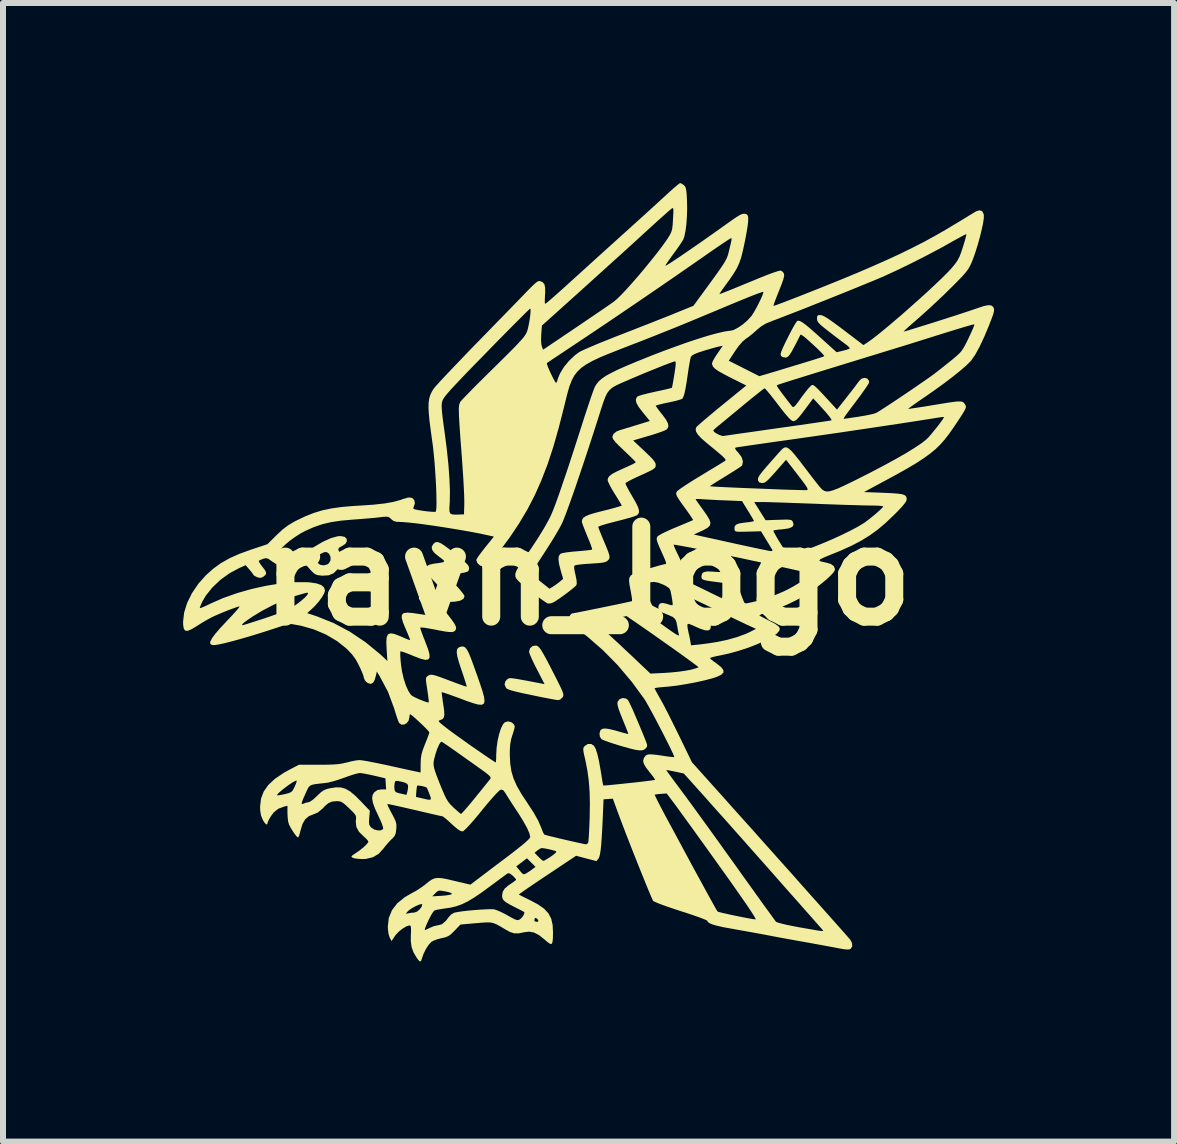
<source format=kicad_pcb>
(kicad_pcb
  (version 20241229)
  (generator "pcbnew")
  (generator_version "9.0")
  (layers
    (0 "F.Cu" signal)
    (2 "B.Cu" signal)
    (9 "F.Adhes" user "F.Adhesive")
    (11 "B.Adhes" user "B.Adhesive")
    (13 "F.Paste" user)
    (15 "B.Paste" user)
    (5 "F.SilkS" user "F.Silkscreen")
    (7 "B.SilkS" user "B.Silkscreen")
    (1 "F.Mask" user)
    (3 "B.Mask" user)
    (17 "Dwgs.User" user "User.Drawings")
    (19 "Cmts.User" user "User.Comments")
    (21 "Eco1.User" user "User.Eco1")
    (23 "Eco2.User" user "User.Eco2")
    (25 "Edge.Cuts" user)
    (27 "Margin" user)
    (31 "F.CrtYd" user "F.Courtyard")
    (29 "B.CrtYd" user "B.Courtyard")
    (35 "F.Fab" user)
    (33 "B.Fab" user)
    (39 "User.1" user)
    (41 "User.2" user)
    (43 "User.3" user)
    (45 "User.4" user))
  (footprint "ravn_logo"
    (layer "F.Cu")
    (at 6.741 6.545)
    (property "Reference" "ravn_logo" (at 0 0 0) (layer "F.SilkS") (effects (font (size 1.5 1.5) (thickness 0.3))))
    (attr board_only exclude_from_pos_files exclude_from_bom)
    (fp_poly (pts (xy 0.637 2.042) (xy 0.669 2.065) (xy 0.687 2.096) (xy 0.717 2.158) (xy 0.759 2.249) (xy 0.808 2.364) (xy 0.865 2.499) (xy 0.928 2.65) (xy 0.976 2.77) (xy 0.991 2.817) (xy 0.986 2.848) (xy 0.967 2.873) (xy 0.941 2.894) (xy 0.908 2.905) (xy 0.861 2.906) (xy 0.795 2.897) (xy 0.705 2.875) (xy 0.586 2.842) (xy 0.535 2.827) (xy 0.435 2.796) (xy 0.347 2.767) (xy 0.277 2.741) (xy 0.235 2.723) (xy 0.228 2.718) (xy 0.202 2.676) (xy 0.197 2.62) (xy 0.212 2.572) (xy 0.219 2.563) (xy 0.249 2.546) (xy 0.296 2.542) (xy 0.365 2.552) (xy 0.462 2.576) (xy 0.507 2.589) (xy 0.58 2.61) (xy 0.638 2.625) (xy 0.671 2.633) (xy 0.676 2.633) (xy 0.671 2.614) (xy 0.653 2.566) (xy 0.625 2.495) (xy 0.59 2.409) (xy 0.581 2.387) (xy 0.54 2.284) (xy 0.513 2.21) (xy 0.499 2.158) (xy 0.495 2.122) (xy 0.5 2.094) (xy 0.533 2.052) (xy 0.583 2.034)) (stroke (width 0) (type solid)) (fill yes) (layer "F.SilkS"))
    (fp_poly (pts (xy -0.845 1.164) (xy -0.825 1.176) (xy -0.801 1.2) (xy -0.773 1.24) (xy -0.737 1.301) (xy -0.69 1.386) (xy -0.63 1.5) (xy -0.59 1.579) (xy -0.525 1.706) (xy -0.476 1.804) (xy -0.441 1.876) (xy -0.419 1.927) (xy -0.408 1.963) (xy -0.405 1.988) (xy -0.409 2.006) (xy -0.418 2.023) (xy -0.419 2.023) (xy -0.459 2.06) (xy -0.494 2.069) (xy -0.526 2.065) (xy -0.589 2.054) (xy -0.678 2.037) (xy -0.786 2.016) (xy -0.906 1.991) (xy -0.935 1.985) (xy -1.079 1.955) (xy -1.188 1.93) (xy -1.267 1.909) (xy -1.32 1.891) (xy -1.351 1.875) (xy -1.36 1.866) (xy -1.385 1.809) (xy -1.372 1.756) (xy -1.347 1.728) (xy -1.329 1.714) (xy -1.309 1.705) (xy -1.279 1.703) (xy -1.233 1.708) (xy -1.163 1.719) (xy -1.069 1.736) (xy -0.971 1.754) (xy -0.883 1.771) (xy -0.814 1.784) (xy -0.774 1.792) (xy -0.718 1.803) (xy -0.847 1.554) (xy -0.894 1.462) (xy -0.933 1.378) (xy -0.962 1.311) (xy -0.976 1.269) (xy -0.977 1.262) (xy -0.961 1.206) (xy -0.919 1.169) (xy -0.865 1.159)) (stroke (width 0) (type solid)) (fill yes) (layer "F.SilkS"))
    (fp_poly (pts (xy 1.568 -6.534) (xy 1.601 -6.511) (xy 1.62 -6.492) (xy 1.633 -6.464) (xy 1.642 -6.422) (xy 1.649 -6.356) (xy 1.654 -6.262) (xy 1.657 -6.126) (xy 1.653 -5.989) (xy 1.644 -5.86) (xy 1.629 -5.745) (xy 1.61 -5.655) (xy 1.592 -5.604) (xy 1.566 -5.562) (xy 1.524 -5.498) (xy 1.47 -5.422) (xy 1.422 -5.357) (xy 1.37 -5.285) (xy 1.328 -5.225) (xy 1.301 -5.183) (xy 1.294 -5.167) (xy 1.312 -5.175) (xy 1.359 -5.203) (xy 1.431 -5.25) (xy 1.525 -5.312) (xy 1.637 -5.389) (xy 1.764 -5.476) (xy 1.904 -5.573) (xy 2.051 -5.677) (xy 2.204 -5.785) (xy 2.358 -5.895) (xy 2.448 -5.958) (xy 2.513 -6) (xy 2.56 -6.025) (xy 2.595 -6.034) (xy 2.625 -6.032) (xy 2.646 -6.026) (xy 2.664 -6.01) (xy 2.674 -5.976) (xy 2.674 -5.922) (xy 2.666 -5.842) (xy 2.649 -5.733) (xy 2.622 -5.59) (xy 2.617 -5.565) (xy 2.586 -5.421) (xy 2.557 -5.305) (xy 2.523 -5.208) (xy 2.482 -5.12) (xy 2.428 -5.031) (xy 2.358 -4.929) (xy 2.326 -4.886) (xy 2.273 -4.813) (xy 2.231 -4.753) (xy 2.203 -4.712) (xy 2.195 -4.695) (xy 2.214 -4.701) (xy 2.264 -4.72) (xy 2.341 -4.75) (xy 2.44 -4.79) (xy 2.556 -4.838) (xy 2.685 -4.891) (xy 2.698 -4.896) (xy 2.865 -4.965) (xy 2.998 -5.018) (xy 3.099 -5.055) (xy 3.17 -5.078) (xy 3.211 -5.087) (xy 3.222 -5.085) (xy 3.252 -5.063) (xy 3.269 -5.037) (xy 3.273 -5.002) (xy 3.262 -4.95) (xy 3.237 -4.877) (xy 3.197 -4.775) (xy 3.189 -4.755) (xy 3.153 -4.664) (xy 3.123 -4.587) (xy 3.103 -4.531) (xy 3.095 -4.502) (xy 3.095 -4.499) (xy 3.114 -4.504) (xy 3.165 -4.522) (xy 3.242 -4.55) (xy 3.341 -4.588) (xy 3.457 -4.633) (xy 3.575 -4.679) (xy 3.92 -4.816) (xy 4.232 -4.942) (xy 4.514 -5.059) (xy 4.769 -5.169) (xy 5.003 -5.273) (xy 5.217 -5.372) (xy 5.416 -5.47) (xy 5.604 -5.566) (xy 5.783 -5.664) (xy 5.958 -5.764) (xy 6.094 -5.846) (xy 6.199 -5.909) (xy 6.295 -5.967) (xy 6.376 -6.017) (xy 6.437 -6.054) (xy 6.471 -6.074) (xy 6.472 -6.074) (xy 6.529 -6.092) (xy 6.573 -6.075) (xy 6.598 -6.025) (xy 6.6 -6.01) (xy 6.599 -5.955) (xy 6.586 -5.87) (xy 6.563 -5.765) (xy 6.534 -5.647) (xy 6.5 -5.523) (xy 6.462 -5.402) (xy 6.424 -5.292) (xy 6.387 -5.2) (xy 6.386 -5.199) (xy 6.363 -5.152) (xy 6.335 -5.106) (xy 6.297 -5.056) (xy 6.246 -4.997) (xy 6.176 -4.924) (xy 6.085 -4.832) (xy 6.031 -4.779) (xy 5.923 -4.673) (xy 5.805 -4.562) (xy 5.687 -4.452) (xy 5.578 -4.354) (xy 5.495 -4.28) (xy 5.415 -4.211) (xy 5.347 -4.151) (xy 5.296 -4.105) (xy 5.267 -4.077) (xy 5.262 -4.071) (xy 5.282 -4.075) (xy 5.333 -4.089) (xy 5.411 -4.113) (xy 5.51 -4.144) (xy 5.626 -4.18) (xy 5.752 -4.219) (xy 5.884 -4.261) (xy 6.017 -4.304) (xy 6.146 -4.345) (xy 6.264 -4.384) (xy 6.367 -4.418) (xy 6.45 -4.446) (xy 6.499 -4.463) (xy 6.6 -4.496) (xy 6.672 -4.511) (xy 6.721 -4.507) (xy 6.752 -4.486) (xy 6.763 -4.467) (xy 6.77 -4.442) (xy 6.768 -4.408) (xy 6.756 -4.36) (xy 6.731 -4.29) (xy 6.692 -4.191) (xy 6.692 -4.188) (xy 6.606 -3.983) (xy 6.527 -3.815) (xy 6.455 -3.684) (xy 6.39 -3.59) (xy 6.375 -3.573) (xy 6.306 -3.505) (xy 6.208 -3.42) (xy 6.086 -3.322) (xy 5.943 -3.213) (xy 5.784 -3.098) (xy 5.631 -2.991) (xy 5.537 -2.927) (xy 5.456 -2.87) (xy 5.393 -2.825) (xy 5.352 -2.795) (xy 5.339 -2.783) (xy 5.359 -2.784) (xy 5.411 -2.792) (xy 5.491 -2.804) (xy 5.592 -2.819) (xy 5.708 -2.838) (xy 5.744 -2.844) (xy 5.896 -2.869) (xy 6.013 -2.888) (xy 6.101 -2.9) (xy 6.166 -2.907) (xy 6.21 -2.907) (xy 6.24 -2.902) (xy 6.26 -2.891) (xy 6.275 -2.874) (xy 6.283 -2.863) (xy 6.295 -2.843) (xy 6.301 -2.825) (xy 6.299 -2.802) (xy 6.286 -2.77) (xy 6.26 -2.724) (xy 6.22 -2.66) (xy 6.162 -2.572) (xy 6.092 -2.468) (xy 6.02 -2.366) (xy 5.949 -2.274) (xy 5.876 -2.191) (xy 5.796 -2.113) (xy 5.705 -2.038) (xy 5.599 -1.961) (xy 5.475 -1.88) (xy 5.327 -1.792) (xy 5.153 -1.694) (xy 4.948 -1.583) (xy 4.924 -1.57) (xy 4.602 -1.397) (xy 4.929 -1.385) (xy 5.061 -1.379) (xy 5.16 -1.372) (xy 5.229 -1.363) (xy 5.274 -1.349) (xy 5.3 -1.331) (xy 5.312 -1.305) (xy 5.314 -1.275) (xy 5.306 -1.246) (xy 5.28 -1.206) (xy 5.233 -1.15) (xy 5.161 -1.074) (xy 5.095 -1.008) (xy 4.96 -0.88) (xy 4.831 -0.771) (xy 4.698 -0.675) (xy 4.556 -0.587) (xy 4.397 -0.504) (xy 4.214 -0.421) (xy 4.019 -0.342) (xy 3.931 -0.305) (xy 3.878 -0.279) (xy 3.859 -0.26) (xy 3.874 -0.245) (xy 3.921 -0.232) (xy 3.961 -0.225) (xy 4.047 -0.201) (xy 4.1 -0.164) (xy 4.119 -0.115) (xy 4.116 -0.094) (xy 4.094 -0.057) (xy 4.045 -0.004) (xy 3.976 0.06) (xy 3.892 0.13) (xy 3.799 0.202) (xy 3.704 0.27) (xy 3.612 0.329) (xy 3.602 0.335) (xy 3.479 0.402) (xy 3.337 0.471) (xy 3.191 0.534) (xy 3.052 0.587) (xy 2.964 0.616) (xy 2.906 0.634) (xy 2.868 0.65) (xy 2.86 0.659) (xy 2.881 0.671) (xy 2.929 0.697) (xy 2.995 0.731) (xy 3.032 0.75) (xy 3.123 0.798) (xy 3.178 0.839) (xy 3.201 0.876) (xy 3.193 0.913) (xy 3.156 0.955) (xy 3.142 0.968) (xy 3.061 1.024) (xy 2.949 1.083) (xy 2.813 1.142) (xy 2.663 1.2) (xy 2.504 1.251) (xy 2.346 1.294) (xy 2.222 1.321) (xy 2.142 1.337) (xy 2.08 1.352) (xy 2.043 1.365) (xy 2.037 1.371) (xy 2.054 1.389) (xy 2.095 1.421) (xy 2.149 1.46) (xy 2.223 1.519) (xy 2.26 1.568) (xy 2.261 1.61) (xy 2.224 1.647) (xy 2.148 1.682) (xy 2.093 1.701) (xy 1.963 1.736) (xy 1.808 1.771) (xy 1.642 1.802) (xy 1.48 1.828) (xy 1.337 1.845) (xy 1.304 1.847) (xy 1.223 1.854) (xy 1.16 1.861) (xy 1.121 1.868) (xy 1.114 1.871) (xy 1.123 1.891) (xy 1.147 1.937) (xy 1.183 2.002) (xy 1.212 2.053) (xy 1.25 2.121) (xy 1.3 2.217) (xy 1.359 2.332) (xy 1.423 2.461) (xy 1.489 2.594) (xy 1.524 2.665) (xy 1.736 3.103) (xy 2.259 3.686) (xy 2.412 3.858) (xy 2.573 4.037) (xy 2.739 4.222) (xy 2.907 4.411) (xy 3.076 4.6) (xy 3.243 4.787) (xy 3.407 4.97) (xy 3.564 5.148) (xy 3.714 5.316) (xy 3.854 5.473) (xy 3.982 5.617) (xy 4.096 5.745) (xy 4.193 5.854) (xy 4.272 5.943) (xy 4.33 6.009) (xy 4.365 6.05) (xy 4.374 6.06) (xy 4.404 6.117) (xy 4.407 6.171) (xy 4.382 6.211) (xy 4.36 6.222) (xy 4.323 6.224) (xy 4.262 6.218) (xy 4.189 6.205) (xy 4.189 6.205) (xy 4.128 6.193) (xy 4.036 6.176) (xy 3.923 6.155) (xy 3.797 6.132) (xy 3.666 6.108) (xy 3.654 6.106) (xy 3.512 6.081) (xy 3.363 6.054) (xy 3.219 6.028) (xy 3.092 6.004) (xy 2.999 5.986) (xy 2.887 5.965) (xy 2.75 5.94) (xy 2.604 5.914) (xy 2.464 5.889) (xy 2.415 5.88) (xy 2.265 5.853) (xy 2.15 5.827) (xy 2.069 5.803) (xy 2.018 5.779) (xy 1.995 5.755) (xy 1.993 5.745) (xy 1.975 5.734) (xy 1.925 5.713) (xy 1.848 5.684) (xy 1.75 5.65) (xy 1.634 5.611) (xy 1.558 5.587) (xy 1.433 5.546) (xy 1.319 5.507) (xy 1.222 5.472) (xy 1.148 5.443) (xy 1.103 5.422) (xy 1.092 5.415) (xy 1.079 5.392) (xy 1.055 5.337) (xy 1.02 5.254) (xy 0.976 5.148) (xy 0.926 5.024) (xy 0.87 4.886) (xy 0.811 4.738) (xy 0.751 4.586) (xy 0.691 4.433) (xy 0.633 4.284) (xy 0.579 4.143) (xy 0.531 4.016) (xy 0.49 3.906) (xy 0.458 3.818) (xy 0.456 3.814) (xy 0.42 3.711) (xy 0.342 3.716) (xy 0.264 3.722) (xy 0.252 4.005) (xy 0.243 4.198) (xy 0.234 4.354) (xy 0.225 4.478) (xy 0.215 4.572) (xy 0.204 4.641) (xy 0.191 4.687) (xy 0.178 4.711) (xy 0.145 4.751) (xy -0.024 4.707) (xy -0.193 4.662) (xy -0.673 4.982) (xy -0.794 5.063) (xy -0.903 5.136) (xy -0.997 5.2) (xy -1.071 5.252) (xy -1.122 5.288) (xy -1.145 5.306) (xy -1.146 5.308) (xy -1.127 5.319) (xy -1.08 5.343) (xy -1.014 5.376) (xy -0.964 5.4) (xy -0.827 5.473) (xy -0.725 5.545) (xy -0.654 5.622) (xy -0.608 5.71) (xy -0.584 5.814) (xy -0.578 5.94) (xy -0.578 5.942) (xy -0.58 6.04) (xy -0.587 6.102) (xy -0.601 6.131) (xy -0.626 6.13) (xy -0.667 6.102) (xy -0.718 6.058) (xy -0.811 5.984) (xy -0.894 5.941) (xy -0.974 5.926) (xy -1.059 5.936) (xy -1.062 5.937) (xy -1.153 5.955) (xy -1.225 5.954) (xy -1.294 5.932) (xy -1.365 5.893) (xy -1.451 5.842) (xy -1.516 5.806) (xy -1.57 5.784) (xy -1.623 5.773) (xy -1.685 5.772) (xy -1.768 5.777) (xy -1.861 5.785) (xy -2.12 5.808) (xy -2.218 5.91) (xy -2.274 5.966) (xy -2.321 6) (xy -2.372 6.021) (xy -2.436 6.035) (xy -2.509 6.054) (xy -2.574 6.079) (xy -2.607 6.099) (xy -2.651 6.147) (xy -2.697 6.219) (xy -2.737 6.3) (xy -2.762 6.374) (xy -2.777 6.416) (xy -2.795 6.423) (xy -2.823 6.397) (xy -2.847 6.365) (xy -2.902 6.271) (xy -2.934 6.183) (xy -2.947 6.085) (xy -2.946 5.984) (xy -2.943 5.903) (xy -2.943 5.899) (xy -2.714 5.899) (xy -2.712 5.901) (xy -2.692 5.893) (xy -2.649 5.872) (xy -2.628 5.862) (xy -2.568 5.837) (xy -2.513 5.823) (xy -2.501 5.822) (xy -2.428 5.803) (xy -2.361 5.745) (xy -2.36 5.744) (xy -0.888 5.744) (xy -0.884 5.752) (xy -0.857 5.763) (xy -0.829 5.759) (xy -0.821 5.747) (xy -0.834 5.721) (xy -0.848 5.707) (xy -0.873 5.696) (xy -0.885 5.713) (xy -0.888 5.744) (xy -2.36 5.744) (xy -2.326 5.697) (xy -2.275 5.64) (xy -2.222 5.61) (xy -2.171 5.6) (xy -2.093 5.588) (xy -1.996 5.577) (xy -1.889 5.567) (xy -1.783 5.559) (xy -1.686 5.554) (xy -1.609 5.552) (xy -1.561 5.554) (xy -1.56 5.554) (xy -1.514 5.569) (xy -1.446 5.598) (xy -1.368 5.637) (xy -1.333 5.657) (xy -1.258 5.699) (xy -1.208 5.724) (xy -1.175 5.734) (xy -1.151 5.732) (xy -1.127 5.719) (xy -1.125 5.718) (xy -1.091 5.686) (xy -1.065 5.646) (xy -1.054 5.611) (xy -1.058 5.599) (xy -1.078 5.588) (xy -1.123 5.564) (xy -1.187 5.532) (xy -1.211 5.52) (xy -1.303 5.472) (xy -1.365 5.435) (xy -1.403 5.402) (xy -1.421 5.369) (xy -1.426 5.33) (xy -1.426 5.326) (xy -1.416 5.263) (xy -1.383 5.209) (xy -1.32 5.155) (xy -1.281 5.129) (xy -1.232 5.095) (xy -1.199 5.07) (xy -1.192 5.06) (xy -1.205 5.04) (xy -1.237 5.006) (xy -1.249 4.994) (xy -1.297 4.957) (xy -1.331 4.954) (xy -1.332 4.955) (xy -1.356 4.971) (xy -1.405 5.007) (xy -1.474 5.058) (xy -1.557 5.12) (xy -1.629 5.173) (xy -1.774 5.279) (xy -1.897 5.362) (xy -2.003 5.425) (xy -2.099 5.471) (xy -2.191 5.504) (xy -2.284 5.526) (xy -2.352 5.536) (xy -2.434 5.548) (xy -2.502 5.56) (xy -2.546 5.571) (xy -2.555 5.575) (xy -2.576 5.599) (xy -2.605 5.646) (xy -2.637 5.705) (xy -2.668 5.77) (xy -2.694 5.829) (xy -2.711 5.875) (xy -2.714 5.899) (xy -2.943 5.899) (xy -2.945 5.854) (xy -2.952 5.829) (xy -2.966 5.822) (xy -2.967 5.822) (xy -3.017 5.836) (xy -3.08 5.873) (xy -3.144 5.923) (xy -3.198 5.98) (xy -3.213 6.001) (xy -3.268 6.083) (xy -3.298 6.026) (xy -3.317 5.97) (xy -3.328 5.89) (xy -3.33 5.842) (xy -3.314 5.698) (xy -3.282 5.621) (xy -3.026 5.621) (xy -3.021 5.628) (xy -2.989 5.621) (xy -2.93 5.611) (xy -2.888 5.608) (xy -2.846 5.594) (xy -2.803 5.559) (xy -2.77 5.517) (xy -2.757 5.478) (xy -2.758 5.47) (xy -2.777 5.467) (xy -2.819 5.48) (xy -2.873 5.505) (xy -2.929 5.536) (xy -2.977 5.569) (xy -3.001 5.592) (xy -3.026 5.621) (xy -3.282 5.621) (xy -3.261 5.569) (xy -3.172 5.453) (xy -3.047 5.352) (xy -3.023 5.338) (xy -2.589 5.338) (xy -2.436 5.329) (xy -2.361 5.323) (xy -2.301 5.313) (xy -2.267 5.303) (xy -2.264 5.301) (xy -2.269 5.285) (xy -2.312 5.269) (xy -2.366 5.257) (xy -2.433 5.245) (xy -2.473 5.242) (xy -2.501 5.252) (xy -2.528 5.276) (xy -2.538 5.286) (xy -2.589 5.338) (xy -3.023 5.338) (xy -2.935 5.287) (xy -2.854 5.243) (xy -2.774 5.191) (xy -2.715 5.148) (xy -2.651 5.095) (xy -2.598 5.059) (xy -2.549 5.038) (xy -2.495 5.031) (xy -2.427 5.036) (xy -2.337 5.053) (xy -2.228 5.079) (xy -1.954 5.143) (xy -1.553 4.839) (xy -1.19 4.839) (xy -1.13 4.911) (xy -1.094 4.954) (xy -1.069 4.97) (xy -1.043 4.965) (xy -1.018 4.951) (xy -0.961 4.915) (xy -0.917 4.883) (xy -0.869 4.847) (xy -0.941 4.775) (xy -1.012 4.704) (xy -1.101 4.772) (xy -1.19 4.839) (xy -1.553 4.839) (xy -1.456 4.766) (xy -1.308 4.654) (xy -1.254 4.613) (xy -0.885 4.613) (xy -0.82 4.68) (xy -0.778 4.72) (xy -0.747 4.744) (xy -0.738 4.748) (xy -0.715 4.738) (xy -0.669 4.711) (xy -0.614 4.676) (xy -0.562 4.638) (xy -0.529 4.607) (xy -0.522 4.59) (xy -0.522 4.59) (xy -0.548 4.579) (xy -0.599 4.565) (xy -0.661 4.55) (xy -0.72 4.539) (xy -0.763 4.534) (xy -0.768 4.534) (xy -0.798 4.546) (xy -0.838 4.573) (xy -0.885 4.613) (xy -1.254 4.613) (xy -1.189 4.562) (xy -1.098 4.49) (xy -1.032 4.434) (xy -0.988 4.393) (xy -0.964 4.365) (xy -0.958 4.349) (xy -0.971 4.289) (xy -1.009 4.201) (xy -1.073 4.086) (xy -1.16 3.945) (xy -1.194 3.895) (xy -1.251 3.808) (xy -1.303 3.727) (xy -1.345 3.661) (xy -1.371 3.619) (xy -1.372 3.616) (xy -1.407 3.57) (xy -1.444 3.559) (xy -1.447 3.56) (xy -1.473 3.577) (xy -1.52 3.623) (xy -1.585 3.695) (xy -1.667 3.789) (xy -1.762 3.904) (xy -1.764 3.908) (xy -1.874 4.041) (xy -1.962 4.142) (xy -2.027 4.211) (xy -2.07 4.249) (xy -2.085 4.256) (xy -2.119 4.249) (xy -2.167 4.219) (xy -2.233 4.163) (xy -2.265 4.134) (xy -2.325 4.078) (xy -2.376 4.035) (xy -2.409 4.01) (xy -2.417 4.005) (xy -2.44 4.001) (xy -2.495 3.989) (xy -2.577 3.97) (xy -2.681 3.946) (xy -2.801 3.918) (xy -2.882 3.899) (xy -3.008 3.87) (xy -3.122 3.844) (xy -3.217 3.823) (xy -3.288 3.808) (xy -3.329 3.801) (xy -3.338 3.801) (xy -3.333 3.82) (xy -3.312 3.865) (xy -3.28 3.928) (xy -3.263 3.959) (xy -3.223 4.035) (xy -3.199 4.09) (xy -3.188 4.136) (xy -3.187 4.185) (xy -3.189 4.217) (xy -3.198 4.286) (xy -3.217 4.332) (xy -3.251 4.372) (xy -3.266 4.385) (xy -3.318 4.438) (xy -3.373 4.503) (xy -3.397 4.535) (xy -3.481 4.629) (xy -3.579 4.687) (xy -3.695 4.714) (xy -3.751 4.717) (xy -3.824 4.713) (xy -3.884 4.705) (xy -3.916 4.695) (xy -3.935 4.681) (xy -3.932 4.666) (xy -3.901 4.642) (xy -3.873 4.624) (xy -3.801 4.574) (xy -3.736 4.522) (xy -3.686 4.475) (xy -3.657 4.438) (xy -3.654 4.427) (xy -3.668 4.402) (xy -3.704 4.364) (xy -3.732 4.34) (xy -3.811 4.262) (xy -3.854 4.182) (xy -3.864 4.095) (xy -3.862 4.073) (xy -3.858 4.032) (xy -3.862 4.001) (xy -3.879 3.97) (xy -3.914 3.93) (xy -3.973 3.873) (xy -3.975 3.871) (xy -4.037 3.813) (xy -4.082 3.777) (xy -4.118 3.759) (xy -4.156 3.753) (xy -4.184 3.752) (xy -4.258 3.759) (xy -4.318 3.784) (xy -4.376 3.832) (xy -4.414 3.873) (xy -4.495 3.941) (xy -4.559 3.968) (xy -4.643 4.001) (xy -4.705 4.053) (xy -4.751 4.131) (xy -4.784 4.24) (xy -4.789 4.258) (xy -4.803 4.314) (xy -4.819 4.35) (xy -4.827 4.357) (xy -4.847 4.342) (xy -4.879 4.302) (xy -4.916 4.248) (xy -4.952 4.189) (xy -4.978 4.136) (xy -4.991 4.088) (xy -4.999 4.017) (xy -5.002 3.955) (xy -5.002 3.829) (xy -5.056 3.842) (xy -5.155 3.879) (xy -5.232 3.941) (xy -5.276 4.001) (xy -5.309 4.056) (xy -5.33 4.1) (xy -5.334 4.117) (xy -5.342 4.141) (xy -5.363 4.134) (xy -5.392 4.099) (xy -5.415 4.059) (xy -5.443 3.989) (xy -5.456 3.908) (xy -5.458 3.845) (xy -5.452 3.794) (xy -4.765 3.794) (xy -4.754 3.801) (xy -4.73 3.791) (xy -4.68 3.774) (xy -4.653 3.771) (xy -4.621 3.758) (xy -4.572 3.723) (xy -4.517 3.673) (xy -4.51 3.666) (xy -4.449 3.608) (xy -4.399 3.572) (xy -4.346 3.55) (xy -4.292 3.537) (xy -4.194 3.522) (xy -4.111 3.524) (xy -4.035 3.546) (xy -3.958 3.59) (xy -3.873 3.661) (xy -3.782 3.752) (xy -3.629 3.912) (xy -3.64 4.03) (xy -3.644 4.098) (xy -3.64 4.141) (xy -3.624 4.172) (xy -3.604 4.194) (xy -3.557 4.224) (xy -3.501 4.239) (xy -3.448 4.239) (xy -3.413 4.22) (xy -3.407 4.211) (xy -3.411 4.182) (xy -3.429 4.128) (xy -3.46 4.056) (xy -3.487 3.997) (xy -3.544 3.876) (xy -3.578 3.781) (xy -3.591 3.708) (xy -3.588 3.681) (xy -2.861 3.681) (xy -2.764 3.704) (xy -2.683 3.723) (xy -2.635 3.73) (xy -2.614 3.722) (xy -2.614 3.695) (xy -2.631 3.648) (xy -2.637 3.632) (xy -2.659 3.576) (xy -2.675 3.537) (xy -2.681 3.527) (xy -2.707 3.515) (xy -2.751 3.503) (xy -2.799 3.494) (xy -2.833 3.492) (xy -2.841 3.494) (xy -2.847 3.52) (xy -2.853 3.57) (xy -2.855 3.594) (xy -2.861 3.681) (xy -3.588 3.681) (xy -3.584 3.651) (xy -3.558 3.607) (xy -3.555 3.604) (xy -3.503 3.567) (xy -3.434 3.556) (xy -3.358 3.556) (xy -3.362 3.502) (xy -3.222 3.502) (xy -3.22 3.549) (xy -3.212 3.583) (xy -3.191 3.604) (xy -3.146 3.619) (xy -3.116 3.626) (xy -3.019 3.647) (xy -3.003 3.589) (xy -2.993 3.534) (xy -2.993 3.492) (xy -3.006 3.465) (xy -3.042 3.445) (xy -3.102 3.428) (xy -3.162 3.416) (xy -3.194 3.415) (xy -3.209 3.426) (xy -3.216 3.449) (xy -3.222 3.502) (xy -3.362 3.502) (xy -3.364 3.464) (xy -3.37 3.372) (xy -3.556 3.328) (xy -3.642 3.309) (xy -3.72 3.294) (xy -3.777 3.285) (xy -3.795 3.283) (xy -3.835 3.29) (xy -3.901 3.308) (xy -3.983 3.335) (xy -4.052 3.36) (xy -4.147 3.393) (xy -4.241 3.422) (xy -4.321 3.442) (xy -4.36 3.448) (xy -4.467 3.46) (xy -4.542 3.469) (xy -4.593 3.48) (xy -4.627 3.496) (xy -4.65 3.52) (xy -4.67 3.557) (xy -4.694 3.61) (xy -4.701 3.625) (xy -4.739 3.71) (xy -4.76 3.765) (xy -4.765 3.794) (xy -5.452 3.794) (xy -5.443 3.713) (xy -5.421 3.653) (xy -5.178 3.653) (xy -5.16 3.656) (xy -5.115 3.649) (xy -5.052 3.637) (xy -4.984 3.619) (xy -4.943 3.602) (xy -4.915 3.575) (xy -4.891 3.53) (xy -4.883 3.513) (xy -4.86 3.459) (xy -4.848 3.421) (xy -4.848 3.41) (xy -4.87 3.414) (xy -4.913 3.437) (xy -4.969 3.474) (xy -5.031 3.519) (xy -5.091 3.566) (xy -5.14 3.608) (xy -5.171 3.641) (xy -5.178 3.653) (xy -5.421 3.653) (xy -5.398 3.593) (xy -5.322 3.484) (xy -5.212 3.381) (xy -5.067 3.283) (xy -4.983 3.236) (xy -4.812 3.146) (xy -4.481 3.146) (xy -4.347 3.145) (xy -4.244 3.142) (xy -4.162 3.136) (xy -4.094 3.126) (xy -4.031 3.112) (xy -4.01 3.107) (xy -3.93 3.087) (xy -3.856 3.073) (xy -3.803 3.068) (xy -3.802 3.068) (xy -3.762 3.072) (xy -3.691 3.083) (xy -3.597 3.101) (xy -3.487 3.123) (xy -3.377 3.146) (xy -3.254 3.173) (xy -3.136 3.199) (xy -3.031 3.222) (xy -2.948 3.24) (xy -2.901 3.25) (xy -2.784 3.275) (xy -2.783 3.141) (xy -2.568 3.141) (xy -2.561 3.19) (xy -2.544 3.25) (xy -2.516 3.329) (xy -2.476 3.433) (xy -2.434 3.536) (xy -2.392 3.635) (xy -2.358 3.707) (xy -2.325 3.761) (xy -2.288 3.807) (xy -2.241 3.853) (xy -2.231 3.863) (xy -2.177 3.911) (xy -2.134 3.948) (xy -2.111 3.965) (xy -2.109 3.966) (xy -2.094 3.951) (xy -2.058 3.912) (xy -2.005 3.851) (xy -1.94 3.774) (xy -1.867 3.685) (xy -1.865 3.682) (xy -1.791 3.591) (xy -1.725 3.509) (xy -1.671 3.442) (xy -1.633 3.394) (xy -1.617 3.371) (xy -1.62 3.352) (xy -1.646 3.321) (xy -1.7 3.277) (xy -1.784 3.216) (xy -1.802 3.203) (xy -1.905 3.13) (xy -2.022 3.047) (xy -2.138 2.965) (xy -2.207 2.916) (xy -2.286 2.86) (xy -2.355 2.813) (xy -2.406 2.778) (xy -2.434 2.762) (xy -2.435 2.761) (xy -2.453 2.773) (xy -2.478 2.815) (xy -2.506 2.879) (xy -2.533 2.958) (xy -2.556 3.042) (xy -2.559 3.057) (xy -2.567 3.099) (xy -2.568 3.141) (xy -2.783 3.141) (xy -2.783 3.127) (xy -2.78 3.047) (xy -2.77 2.977) (xy -2.749 2.903) (xy -2.714 2.811) (xy -2.71 2.801) (xy -2.679 2.724) (xy -2.655 2.66) (xy -2.64 2.618) (xy -2.638 2.607) (xy -2.651 2.587) (xy -2.685 2.55) (xy -2.735 2.5) (xy -2.792 2.446) (xy -2.85 2.392) (xy -2.902 2.346) (xy -2.941 2.314) (xy -2.96 2.303) (xy -2.961 2.303) (xy -2.968 2.328) (xy -2.97 2.353) (xy -2.983 2.41) (xy -3.016 2.453) (xy -3.06 2.477) (xy -3.105 2.477) (xy -3.142 2.449) (xy -3.146 2.442) (xy -3.16 2.407) (xy -3.182 2.345) (xy -3.207 2.265) (xy -3.225 2.205) (xy -3.327 1.931) (xy -3.465 1.672) (xy -3.465 1.671) (xy -3.514 1.593) (xy -3.526 1.651) (xy -3.548 1.73) (xy -3.572 1.775) (xy -3.603 1.795) (xy -3.623 1.798) (xy -3.671 1.781) (xy -3.712 1.74) (xy -3.732 1.689) (xy -3.732 1.682) (xy -3.74 1.653) (xy -3.762 1.598) (xy -3.793 1.528) (xy -3.809 1.495) (xy -3.864 1.392) (xy -3.925 1.308) (xy -4.004 1.224) (xy -4.02 1.209) (xy -4.176 1.085) (xy -4.359 0.977) (xy -4.561 0.891) (xy -4.772 0.831) (xy -4.841 0.818) (xy -4.973 0.795) (xy -5.314 0.907) (xy -5.481 0.96) (xy -5.644 1.01) (xy -5.798 1.054) (xy -5.937 1.092) (xy -6.056 1.122) (xy -6.15 1.142) (xy -6.215 1.152) (xy -6.228 1.153) (xy -6.27 1.146) (xy -6.29 1.126) (xy -6.286 1.089) (xy -6.256 1.034) (xy -6.201 0.96) (xy -6.118 0.864) (xy -6.065 0.808) (xy -5.757 0.808) (xy -5.757 0.82) (xy -5.749 0.821) (xy -5.726 0.815) (xy -5.672 0.799) (xy -5.594 0.774) (xy -5.497 0.743) (xy -5.407 0.714) (xy -5.292 0.675) (xy -5.184 0.637) (xy -5.09 0.602) (xy -5.019 0.574) (xy -4.988 0.559) (xy -4.917 0.518) (xy -4.84 0.466) (xy -4.768 0.41) (xy -4.708 0.357) (xy -4.672 0.316) (xy -4.668 0.31) (xy -4.658 0.284) (xy -4.673 0.279) (xy -4.703 0.285) (xy -4.869 0.333) (xy -5.052 0.401) (xy -5.24 0.484) (xy -5.42 0.578) (xy -5.581 0.675) (xy -5.671 0.737) (xy -5.729 0.78) (xy -5.757 0.808) (xy -6.065 0.808) (xy -6.007 0.745) (xy -5.977 0.714) (xy -5.909 0.642) (xy -5.854 0.581) (xy -5.816 0.535) (xy -5.8 0.511) (xy -5.801 0.508) (xy -5.832 0.515) (xy -5.89 0.535) (xy -5.967 0.563) (xy -6.053 0.597) (xy -6.139 0.633) (xy -6.218 0.667) (xy -6.273 0.694) (xy -6.345 0.733) (xy -6.43 0.783) (xy -6.509 0.833) (xy -6.598 0.887) (xy -6.661 0.914) (xy -6.703 0.913) (xy -6.728 0.882) (xy -6.739 0.82) (xy -6.741 0.762) (xy -6.723 0.61) (xy -6.701 0.538) (xy -6.463 0.538) (xy -6.444 0.533) (xy -6.397 0.514) (xy -6.331 0.484) (xy -6.28 0.459) (xy -6.072 0.368) (xy -5.843 0.287) (xy -5.601 0.218) (xy -5.357 0.164) (xy -5.117 0.125) (xy -4.89 0.105) (xy -4.686 0.104) (xy -4.636 0.107) (xy -4.519 0.124) (xy -4.438 0.152) (xy -4.391 0.193) (xy -4.377 0.244) (xy -4.39 0.29) (xy -4.427 0.354) (xy -4.48 0.427) (xy -4.544 0.5) (xy -4.595 0.549) (xy -4.673 0.62) (xy -4.51 0.674) (xy -4.235 0.784) (xy -3.962 0.929) (xy -3.699 1.106) (xy -3.451 1.31) (xy -3.422 1.337) (xy -3.337 1.417) (xy -3.35 1.215) (xy -3.355 1.1) (xy -3.349 1.021) (xy -3.328 0.974) (xy -3.288 0.956) (xy -3.226 0.965) (xy -3.138 0.998) (xy -3.096 1.016) (xy -3.032 1.044) (xy -2.983 1.063) (xy -2.959 1.07) (xy -2.958 1.07) (xy -2.963 1.05) (xy -2.981 1.004) (xy -3.009 0.937) (xy -3.03 0.888) (xy -3.075 0.78) (xy -3.098 0.701) (xy -3.096 0.649) (xy -3.067 0.62) (xy -3.007 0.611) (xy -2.915 0.618) (xy -2.822 0.632) (xy -2.737 0.645) (xy -2.666 0.654) (xy -2.619 0.658) (xy -2.604 0.657) (xy -2.612 0.639) (xy -2.64 0.599) (xy -2.684 0.546) (xy -2.704 0.524) (xy -2.754 0.464) (xy -2.792 0.412) (xy -2.812 0.376) (xy -2.813 0.37) (xy -2.804 0.325) (xy -2.771 0.293) (xy -2.711 0.269) (xy -2.617 0.252) (xy -2.608 0.251) (xy -2.534 0.24) (xy -2.477 0.231) (xy -2.446 0.224) (xy -2.444 0.222) (xy -2.453 0.206) (xy -2.485 0.169) (xy -2.533 0.115) (xy -2.576 0.07) (xy -2.634 0.007) (xy -2.681 -0.048) (xy -2.71 -0.089) (xy -2.716 -0.104) (xy -2.697 -0.151) (xy -2.644 -0.185) (xy -2.565 -0.204) (xy -2.473 -0.216) (xy -2.415 -0.227) (xy -2.391 -0.239) (xy -2.397 -0.258) (xy -2.43 -0.286) (xy -2.481 -0.324) (xy -2.556 -0.386) (xy -2.594 -0.44) (xy -2.598 -0.488) (xy -2.57 -0.534) (xy -2.568 -0.536) (xy -2.544 -0.556) (xy -2.517 -0.565) (xy -2.484 -0.56) (xy -2.441 -0.541) (xy -2.383 -0.503) (xy -2.307 -0.447) (xy -2.208 -0.368) (xy -2.121 -0.297) (xy -2.051 -0.237) (xy -2.007 -0.195) (xy -1.984 -0.163) (xy -1.976 -0.135) (xy -1.977 -0.121) (xy -1.981 -0.098) (xy -1.99 -0.081) (xy -2.011 -0.068) (xy -2.05 -0.057) (xy -2.113 -0.045) (xy -2.207 -0.031) (xy -2.243 -0.025) (xy -2.346 -0.01) (xy -2.199 0.15) (xy -2.139 0.217) (xy -2.091 0.276) (xy -2.06 0.319) (xy -2.052 0.339) (xy -2.07 0.381) (xy -2.122 0.411) (xy -2.205 0.428) (xy -2.266 0.432) (xy -2.358 0.434) (xy -2.418 0.44) (xy -2.447 0.455) (xy -2.447 0.484) (xy -2.418 0.533) (xy -2.363 0.604) (xy -2.333 0.642) (xy -2.264 0.731) (xy -2.219 0.797) (xy -2.196 0.844) (xy -2.192 0.879) (xy -2.204 0.906) (xy -2.212 0.914) (xy -2.232 0.928) (xy -2.264 0.935) (xy -2.311 0.934) (xy -2.381 0.925) (xy -2.479 0.907) (xy -2.56 0.891) (xy -2.648 0.875) (xy -2.721 0.863) (xy -2.771 0.859) (xy -2.79 0.861) (xy -2.786 0.884) (xy -2.768 0.935) (xy -2.741 1.008) (xy -2.707 1.093) (xy -2.707 1.095) (xy -2.661 1.215) (xy -2.636 1.304) (xy -2.635 1.362) (xy -2.659 1.393) (xy -2.709 1.398) (xy -2.788 1.378) (xy -2.897 1.336) (xy -2.918 1.327) (xy -2.997 1.295) (xy -3.062 1.271) (xy -3.106 1.258) (xy -3.12 1.257) (xy -3.123 1.281) (xy -3.122 1.334) (xy -3.117 1.409) (xy -3.111 1.471) (xy -3.093 1.594) (xy -3.065 1.714) (xy -3.03 1.822) (xy -2.99 1.912) (xy -2.949 1.976) (xy -2.925 1.998) (xy -2.881 2.022) (xy -2.823 2.049) (xy -2.759 2.075) (xy -2.702 2.096) (xy -2.662 2.108) (xy -2.649 2.108) (xy -2.648 2.086) (xy -2.653 2.035) (xy -2.663 1.961) (xy -2.672 1.898) (xy -2.686 1.807) (xy -2.694 1.748) (xy -2.695 1.711) (xy -2.689 1.689) (xy -2.675 1.674) (xy -2.667 1.668) (xy -2.645 1.654) (xy -2.621 1.646) (xy -2.59 1.647) (xy -2.545 1.657) (xy -2.482 1.677) (xy -2.392 1.71) (xy -2.296 1.746) (xy -2.2 1.782) (xy -2.118 1.812) (xy -2.056 1.834) (xy -2.021 1.844) (xy -2.016 1.845) (xy -2.019 1.826) (xy -2.034 1.776) (xy -2.057 1.703) (xy -2.087 1.613) (xy -2.102 1.569) (xy -2.144 1.442) (xy -2.171 1.345) (xy -2.182 1.276) (xy -2.178 1.228) (xy -2.16 1.199) (xy -2.126 1.182) (xy -2.121 1.181) (xy -2.09 1.175) (xy -2.062 1.179) (xy -2.037 1.196) (xy -2.011 1.229) (xy -1.982 1.283) (xy -1.949 1.363) (xy -1.909 1.47) (xy -1.859 1.61) (xy -1.848 1.639) (xy -1.792 1.801) (xy -1.75 1.928) (xy -1.725 2.024) (xy -1.719 2.091) (xy -1.733 2.131) (xy -1.769 2.147) (xy -1.829 2.142) (xy -1.914 2.118) (xy -2.028 2.079) (xy -2.132 2.039) (xy -2.232 2.003) (xy -2.317 1.972) (xy -2.383 1.95) (xy -2.422 1.938) (xy -2.431 1.937) (xy -2.431 1.958) (xy -2.425 2.009) (xy -2.415 2.081) (xy -2.407 2.136) (xy -2.392 2.239) (xy -2.388 2.311) (xy -2.397 2.357) (xy -2.418 2.385) (xy -2.455 2.401) (xy -2.463 2.404) (xy -2.48 2.41) (xy -2.481 2.423) (xy -2.463 2.444) (xy -2.422 2.479) (xy -2.356 2.531) (xy -2.313 2.564) (xy -2.248 2.612) (xy -2.166 2.671) (xy -2.072 2.738) (xy -1.973 2.809) (xy -1.872 2.879) (xy -1.775 2.946) (xy -1.688 3.006) (xy -1.615 3.055) (xy -1.562 3.089) (xy -1.535 3.106) (xy -1.532 3.107) (xy -1.528 3.089) (xy -1.525 3.042) (xy -1.524 2.976) (xy -1.524 2.975) (xy -1.517 2.86) (xy -1.501 2.745) (xy -1.476 2.637) (xy -1.446 2.543) (xy -1.412 2.473) (xy -1.38 2.438) (xy -1.326 2.423) (xy -1.269 2.439) (xy -1.24 2.462) (xy -1.223 2.484) (xy -1.216 2.507) (xy -1.22 2.54) (xy -1.236 2.594) (xy -1.252 2.643) (xy -1.277 2.726) (xy -1.291 2.805) (xy -1.297 2.894) (xy -1.298 2.98) (xy -1.291 3.122) (xy -1.272 3.251) (xy -1.236 3.373) (xy -1.181 3.498) (xy -1.103 3.634) (xy -1.006 3.781) (xy -0.904 3.937) (xy -0.827 4.072) (xy -0.775 4.192) (xy -0.763 4.225) (xy -0.743 4.275) (xy -0.724 4.307) (xy -0.72 4.31) (xy -0.697 4.317) (xy -0.643 4.332) (xy -0.566 4.35) (xy -0.474 4.373) (xy -0.374 4.396) (xy -0.274 4.419) (xy -0.181 4.44) (xy -0.103 4.457) (xy -0.048 4.468) (xy -0.027 4.472) (xy -0.002 4.458) (xy 0.009 4.441) (xy 0.013 4.412) (xy 0.018 4.35) (xy 0.023 4.263) (xy 0.028 4.156) (xy 0.032 4.037) (xy 0.033 4.026) (xy 0.036 3.796) (xy 0.033 3.645) (xy 1.116 3.645) (xy 1.123 3.663) (xy 1.146 3.711) (xy 1.183 3.785) (xy 1.232 3.879) (xy 1.29 3.989) (xy 1.354 4.107) (xy 1.506 4.389) (xy 1.643 4.644) (xy 1.765 4.87) (xy 1.872 5.066) (xy 1.963 5.233) (xy 2.038 5.369) (xy 2.096 5.474) (xy 2.136 5.546) (xy 2.159 5.584) (xy 2.164 5.591) (xy 2.187 5.599) (xy 2.24 5.613) (xy 2.316 5.63) (xy 2.406 5.65) (xy 2.503 5.67) (xy 2.598 5.689) (xy 2.685 5.705) (xy 2.754 5.717) (xy 2.798 5.722) (xy 2.799 5.722) (xy 2.795 5.707) (xy 2.769 5.662) (xy 2.72 5.585) (xy 2.649 5.479) (xy 2.555 5.344) (xy 2.44 5.179) (xy 2.303 4.985) (xy 2.19 4.828) (xy 2.067 4.656) (xy 1.948 4.49) (xy 1.835 4.333) (xy 1.73 4.187) (xy 1.636 4.058) (xy 1.556 3.948) (xy 1.493 3.86) (xy 1.448 3.799) (xy 1.432 3.778) (xy 1.316 3.624) (xy 1.22 3.631) (xy 1.163 3.636) (xy 1.125 3.642) (xy 1.116 3.645) (xy 0.033 3.645) (xy 0.032 3.595) (xy 0.018 3.414) (xy -0.005 3.242) (xy -0.039 3.07) (xy -0.042 3.056) (xy -0.062 2.971) (xy -0.072 2.915) (xy -0.074 2.88) (xy -0.067 2.857) (xy -0.053 2.837) (xy -0.049 2.833) (xy 0.003 2.8) (xy 0.06 2.8) (xy 0.104 2.829) (xy 0.132 2.878) (xy 0.16 2.964) (xy 0.188 3.084) (xy 0.215 3.235) (xy 0.224 3.29) (xy 0.237 3.372) (xy 0.248 3.439) (xy 0.257 3.48) (xy 0.26 3.491) (xy 0.281 3.491) (xy 0.333 3.487) (xy 0.411 3.48) (xy 0.507 3.47) (xy 0.615 3.459) (xy 0.727 3.447) (xy 0.837 3.435) (xy 0.938 3.423) (xy 1.023 3.413) (xy 1.086 3.404) (xy 1.119 3.398) (xy 1.123 3.397) (xy 1.115 3.38) (xy 1.087 3.34) (xy 1.045 3.287) (xy 1.033 3.273) (xy 1.005 3.235) (xy 1.309 3.235) (xy 1.32 3.252) (xy 1.352 3.296) (xy 1.4 3.362) (xy 1.461 3.445) (xy 1.533 3.541) (xy 1.569 3.59) (xy 1.631 3.673) (xy 1.713 3.785) (xy 1.811 3.919) (xy 1.921 4.071) (xy 2.041 4.237) (xy 2.168 4.413) (xy 2.297 4.594) (xy 2.427 4.774) (xy 2.471 4.836) (xy 2.59 5.003) (xy 2.703 5.16) (xy 2.807 5.306) (xy 2.901 5.437) (xy 2.982 5.549) (xy 3.049 5.641) (xy 3.098 5.709) (xy 3.128 5.75) (xy 3.137 5.762) (xy 3.165 5.774) (xy 3.225 5.791) (xy 3.312 5.812) (xy 3.421 5.834) (xy 3.52 5.853) (xy 3.658 5.877) (xy 3.761 5.895) (xy 3.835 5.908) (xy 3.883 5.914) (xy 3.911 5.916) (xy 3.921 5.912) (xy 3.92 5.905) (xy 3.91 5.893) (xy 3.904 5.886) (xy 3.882 5.861) (xy 3.839 5.812) (xy 3.779 5.744) (xy 3.708 5.663) (xy 3.632 5.578) (xy 3.562 5.498) (xy 3.471 5.395) (xy 3.363 5.274) (xy 3.244 5.139) (xy 3.119 4.997) (xy 2.992 4.853) (xy 2.882 4.729) (xy 2.748 4.578) (xy 2.605 4.416) (xy 2.457 4.25) (xy 2.312 4.086) (xy 2.175 3.933) (xy 2.054 3.798) (xy 1.988 3.723) (xy 1.602 3.292) (xy 1.455 3.26) (xy 1.386 3.246) (xy 1.335 3.237) (xy 1.31 3.235) (xy 1.309 3.235) (xy 1.005 3.235) (xy 0.971 3.192) (xy 0.936 3.132) (xy 0.924 3.083) (xy 0.934 3.04) (xy 0.946 3.019) (xy 0.965 2.994) (xy 0.99 2.979) (xy 1.027 2.972) (xy 1.083 2.974) (xy 1.164 2.983) (xy 1.26 2.997) (xy 1.338 3.009) (xy 1.4 3.016) (xy 1.436 3.019) (xy 1.442 3.019) (xy 1.437 2.999) (xy 1.416 2.95) (xy 1.382 2.878) (xy 1.337 2.787) (xy 1.285 2.684) (xy 1.228 2.573) (xy 1.169 2.459) (xy 1.111 2.349) (xy 1.056 2.247) (xy 1.007 2.158) (xy 0.968 2.089) (xy 0.942 2.048) (xy 0.731 1.76) (xy 0.5 1.487) (xy 0.254 1.237) (xy 0.001 1.016) (xy -0.081 0.952) (xy -0.163 0.889) (xy -0.234 0.832) (xy -0.287 0.786) (xy -0.291 0.782) (xy 0.156 0.782) (xy 0.17 0.799) (xy 0.207 0.838) (xy 0.263 0.892) (xy 0.332 0.958) (xy 0.356 0.979) (xy 0.443 1.06) (xy 0.548 1.157) (xy 0.658 1.261) (xy 0.764 1.36) (xy 0.8 1.395) (xy 1.045 1.627) (xy 1.29 1.615) (xy 1.402 1.607) (xy 1.519 1.595) (xy 1.624 1.58) (xy 1.69 1.568) (xy 1.762 1.551) (xy 1.816 1.535) (xy 1.844 1.523) (xy 1.846 1.52) (xy 1.831 1.507) (xy 1.787 1.474) (xy 1.72 1.424) (xy 1.632 1.36) (xy 1.528 1.285) (xy 1.412 1.202) (xy 1.287 1.114) (xy 1.158 1.023) (xy 1.029 0.932) (xy 0.903 0.845) (xy 0.785 0.763) (xy 0.768 0.752) (xy 0.648 0.669) (xy 0.402 0.719) (xy 0.31 0.738) (xy 0.234 0.756) (xy 0.18 0.771) (xy 0.157 0.781) (xy 0.156 0.782) (xy -0.291 0.782) (xy -0.317 0.756) (xy -0.321 0.75) (xy -0.319 0.716) (xy -0.303 0.673) (xy -0.28 0.637) (xy -0.261 0.625) (xy -0.237 0.621) (xy -0.182 0.611) (xy -0.101 0.595) (xy -0.001 0.575) (xy 0.111 0.552) (xy 0.23 0.528) (xy 0.35 0.503) (xy 0.464 0.48) (xy 0.566 0.458) (xy 0.649 0.44) (xy 0.709 0.427) (xy 0.738 0.42) (xy 0.74 0.419) (xy 0.74 0.398) (xy 0.733 0.347) (xy 0.721 0.276) (xy 0.713 0.234) (xy 0.705 0.19) (xy 0.942 0.19) (xy 0.949 0.232) (xy 0.957 0.299) (xy 0.964 0.385) (xy 0.967 0.469) (xy 0.971 0.615) (xy 1.233 0.806) (xy 1.339 0.882) (xy 1.417 0.937) (xy 1.471 0.972) (xy 1.504 0.989) (xy 1.519 0.991) (xy 1.521 0.98) (xy 1.518 0.97) (xy 1.509 0.935) (xy 1.499 0.879) (xy 1.494 0.848) (xy 1.479 0.77) (xy 1.458 0.72) (xy 1.42 0.685) (xy 1.357 0.656) (xy 1.33 0.645) (xy 1.248 0.611) (xy 1.199 0.58) (xy 1.178 0.546) (xy 1.179 0.504) (xy 1.18 0.498) (xy 1.202 0.461) (xy 1.244 0.45) (xy 1.312 0.463) (xy 1.341 0.473) (xy 1.386 0.486) (xy 1.413 0.488) (xy 1.414 0.487) (xy 1.416 0.465) (xy 1.41 0.414) (xy 1.399 0.347) (xy 1.395 0.324) (xy 1.567 0.324) (xy 1.572 0.374) (xy 1.582 0.441) (xy 1.584 0.447) (xy 1.608 0.584) (xy 1.705 0.626) (xy 1.827 0.679) (xy 1.917 0.721) (xy 1.98 0.754) (xy 2.02 0.781) (xy 2.042 0.806) (xy 2.051 0.831) (xy 2.052 0.842) (xy 2.042 0.887) (xy 2.012 0.908) (xy 1.957 0.906) (xy 1.876 0.88) (xy 1.811 0.852) (xy 1.738 0.819) (xy 1.694 0.802) (xy 1.671 0.798) (xy 1.662 0.808) (xy 1.661 0.827) (xy 1.666 0.875) (xy 1.678 0.935) (xy 1.679 0.938) (xy 1.695 1.007) (xy 1.709 1.079) (xy 1.709 1.081) (xy 1.722 1.156) (xy 1.852 1.143) (xy 1.936 1.133) (xy 2.038 1.119) (xy 2.139 1.103) (xy 2.159 1.1) (xy 2.328 1.064) (xy 2.491 1.018) (xy 2.635 0.965) (xy 2.712 0.929) (xy 2.804 0.882) (xy 2.647 0.81) (xy 2.586 0.781) (xy 2.496 0.738) (xy 2.385 0.685) (xy 2.26 0.625) (xy 2.127 0.561) (xy 2.034 0.515) (xy 1.911 0.456) (xy 1.799 0.403) (xy 1.705 0.359) (xy 1.631 0.326) (xy 1.584 0.306) (xy 1.568 0.302) (xy 1.567 0.324) (xy 1.395 0.324) (xy 1.385 0.273) (xy 1.377 0.238) (xy 1.354 0.201) (xy 1.299 0.165) (xy 1.259 0.145) (xy 1.174 0.112) (xy 1.106 0.1) (xy 1.042 0.106) (xy 0.997 0.12) (xy 0.959 0.135) (xy 0.942 0.154) (xy 0.942 0.19) (xy 0.705 0.19) (xy 0.696 0.144) (xy 0.689 0.077) (xy 0.695 0.028) (xy 0.72 -0.009) (xy 0.768 -0.039) (xy 0.843 -0.068) (xy 0.949 -0.102) (xy 0.99 -0.114) (xy 1.088 -0.143) (xy 1.174 -0.168) (xy 1.24 -0.186) (xy 1.279 -0.195) (xy 1.285 -0.196) (xy 1.299 -0.198) (xy 1.306 -0.208) (xy 1.302 -0.231) (xy 1.286 -0.275) (xy 1.256 -0.343) (xy 1.222 -0.42) (xy 1.183 -0.507) (xy 1.178 -0.521) (xy 1.432 -0.521) (xy 1.437 -0.501) (xy 1.456 -0.454) (xy 1.487 -0.388) (xy 1.513 -0.334) (xy 1.561 -0.232) (xy 1.586 -0.156) (xy 1.59 -0.102) (xy 1.571 -0.063) (xy 1.529 -0.035) (xy 1.516 -0.029) (xy 1.456 -0.003) (xy 1.641 0.084) (xy 1.728 0.125) (xy 1.837 0.178) (xy 1.957 0.236) (xy 2.074 0.294) (xy 2.108 0.31) (xy 2.204 0.357) (xy 2.29 0.398) (xy 2.358 0.428) (xy 2.402 0.446) (xy 2.413 0.449) (xy 2.42 0.433) (xy 2.408 0.385) (xy 2.376 0.303) (xy 2.369 0.285) (xy 2.299 0.121) (xy 2.127 0.099) (xy 2.029 0.086) (xy 1.963 0.074) (xy 1.923 0.062) (xy 1.903 0.046) (xy 1.896 0.024) (xy 1.895 0.01) (xy 1.904 -0.036) (xy 1.934 -0.063) (xy 1.991 -0.075) (xy 2.078 -0.072) (xy 2.091 -0.071) (xy 2.158 -0.066) (xy 2.207 -0.066) (xy 2.227 -0.07) (xy 2.227 -0.07) (xy 2.222 -0.091) (xy 2.206 -0.138) (xy 2.186 -0.201) (xy 2.163 -0.267) (xy 2.142 -0.328) (xy 2.136 -0.343) (xy 2.311 -0.343) (xy 2.316 -0.325) (xy 2.333 -0.277) (xy 2.36 -0.205) (xy 2.393 -0.115) (xy 2.431 -0.014) (xy 2.471 0.092) (xy 2.511 0.197) (xy 2.549 0.295) (xy 2.581 0.378) (xy 2.599 0.423) (xy 2.61 0.446) (xy 2.626 0.456) (xy 2.658 0.455) (xy 2.714 0.443) (xy 2.739 0.438) (xy 2.828 0.415) (xy 2.928 0.387) (xy 2.989 0.368) (xy 3.07 0.339) (xy 3.167 0.3) (xy 3.261 0.26) (xy 3.274 0.254) (xy 3.351 0.216) (xy 3.434 0.17) (xy 3.518 0.12) (xy 3.595 0.071) (xy 3.659 0.027) (xy 3.704 -0.009) (xy 3.723 -0.031) (xy 3.722 -0.036) (xy 3.702 -0.042) (xy 3.648 -0.055) (xy 3.567 -0.074) (xy 3.463 -0.098) (xy 3.342 -0.125) (xy 3.209 -0.155) (xy 3.068 -0.186) (xy 2.926 -0.217) (xy 2.787 -0.246) (xy 2.657 -0.274) (xy 2.54 -0.299) (xy 2.442 -0.319) (xy 2.367 -0.334) (xy 2.322 -0.342) (xy 2.311 -0.343) (xy 2.136 -0.343) (xy 2.126 -0.371) (xy 2.12 -0.385) (xy 2.101 -0.392) (xy 2.05 -0.404) (xy 1.976 -0.419) (xy 1.886 -0.438) (xy 1.788 -0.458) (xy 1.689 -0.477) (xy 1.597 -0.494) (xy 1.518 -0.508) (xy 1.462 -0.518) (xy 1.434 -0.521) (xy 1.432 -0.521) (xy 1.178 -0.521) (xy 1.16 -0.567) (xy 1.15 -0.607) (xy 1.151 -0.633) (xy 1.16 -0.654) (xy 1.189 -0.677) (xy 1.212 -0.69) (xy 1.768 -0.69) (xy 1.915 -0.657) (xy 2.089 -0.619) (xy 2.261 -0.581) (xy 2.427 -0.544) (xy 2.583 -0.51) (xy 2.724 -0.48) (xy 2.845 -0.454) (xy 2.943 -0.434) (xy 3.013 -0.42) (xy 3.05 -0.413) (xy 3.054 -0.413) (xy 3.078 -0.42) (xy 3.076 -0.435) (xy 3.059 -0.462) (xy 3.028 -0.513) (xy 2.989 -0.578) (xy 2.974 -0.602) (xy 2.887 -0.744) (xy 2.669 -0.738) (xy 2.575 -0.736) (xy 2.512 -0.736) (xy 2.475 -0.74) (xy 2.456 -0.749) (xy 2.448 -0.764) (xy 2.446 -0.778) (xy 2.447 -0.822) (xy 2.471 -0.853) (xy 2.521 -0.874) (xy 2.604 -0.887) (xy 2.63 -0.89) (xy 2.699 -0.898) (xy 2.749 -0.907) (xy 2.77 -0.916) (xy 2.77 -0.918) (xy 2.758 -0.94) (xy 2.73 -0.987) (xy 2.692 -1.051) (xy 2.668 -1.089) (xy 2.581 -1.231) (xy 2.774 -1.231) (xy 2.869 -1.079) (xy 2.964 -0.928) (xy 3.18 -0.935) (xy 3.275 -0.938) (xy 3.338 -0.938) (xy 3.377 -0.934) (xy 3.4 -0.925) (xy 3.413 -0.909) (xy 3.419 -0.899) (xy 3.43 -0.852) (xy 3.407 -0.816) (xy 3.348 -0.792) (xy 3.252 -0.778) (xy 3.242 -0.777) (xy 3.173 -0.771) (xy 3.12 -0.763) (xy 3.094 -0.756) (xy 3.094 -0.756) (xy 3.099 -0.736) (xy 3.122 -0.693) (xy 3.156 -0.632) (xy 3.198 -0.563) (xy 3.242 -0.492) (xy 3.283 -0.429) (xy 3.316 -0.38) (xy 3.338 -0.354) (xy 3.341 -0.352) (xy 3.364 -0.357) (xy 3.414 -0.369) (xy 3.482 -0.388) (xy 3.497 -0.392) (xy 3.621 -0.431) (xy 3.766 -0.483) (xy 3.922 -0.546) (xy 4.082 -0.614) (xy 4.238 -0.686) (xy 4.382 -0.757) (xy 4.506 -0.823) (xy 4.603 -0.882) (xy 4.621 -0.894) (xy 4.687 -0.944) (xy 4.756 -0.999) (xy 4.821 -1.054) (xy 4.875 -1.103) (xy 4.912 -1.14) (xy 4.923 -1.158) (xy 4.905 -1.164) (xy 4.856 -1.169) (xy 4.785 -1.172) (xy 4.723 -1.173) (xy 4.657 -1.174) (xy 4.557 -1.176) (xy 4.43 -1.18) (xy 4.282 -1.184) (xy 4.12 -1.19) (xy 3.948 -1.196) (xy 3.8 -1.202) (xy 3.629 -1.208) (xy 3.463 -1.214) (xy 3.309 -1.22) (xy 3.173 -1.224) (xy 3.059 -1.228) (xy 2.974 -1.23) (xy 2.926 -1.231) (xy 2.774 -1.231) (xy 2.581 -1.231) (xy 2.572 -1.247) (xy 2.287 -1.259) (xy 2.176 -1.263) (xy 2.069 -1.269) (xy 1.977 -1.274) (xy 1.911 -1.278) (xy 1.9 -1.279) (xy 1.843 -1.282) (xy 1.806 -1.281) (xy 1.798 -1.279) (xy 1.808 -1.26) (xy 1.838 -1.218) (xy 1.88 -1.158) (xy 1.916 -1.109) (xy 1.984 -1.012) (xy 2.028 -0.939) (xy 2.045 -0.884) (xy 2.036 -0.841) (xy 2 -0.804) (xy 1.937 -0.768) (xy 1.887 -0.744) (xy 1.768 -0.69) (xy 1.212 -0.69) (xy 1.248 -0.71) (xy 1.334 -0.751) (xy 1.44 -0.798) (xy 1.468 -0.809) (xy 1.564 -0.849) (xy 1.648 -0.884) (xy 1.711 -0.911) (xy 1.749 -0.927) (xy 1.756 -0.931) (xy 1.748 -0.948) (xy 1.721 -0.989) (xy 1.68 -1.049) (xy 1.636 -1.111) (xy 1.568 -1.204) (xy 1.521 -1.272) (xy 1.491 -1.32) (xy 1.477 -1.353) (xy 1.474 -1.378) (xy 1.481 -1.399) (xy 1.484 -1.404) (xy 1.506 -1.425) (xy 1.556 -1.462) (xy 1.604 -1.494) (xy 2.036 -1.494) (xy 2.057 -1.492) (xy 2.111 -1.488) (xy 2.195 -1.483) (xy 2.303 -1.478) (xy 2.43 -1.472) (xy 2.57 -1.466) (xy 2.72 -1.46) (xy 2.874 -1.454) (xy 3.027 -1.448) (xy 3.173 -1.442) (xy 3.309 -1.437) (xy 3.429 -1.434) (xy 3.527 -1.431) (xy 3.6 -1.429) (xy 3.641 -1.429) (xy 3.649 -1.429) (xy 3.662 -1.435) (xy 3.664 -1.448) (xy 3.653 -1.474) (xy 3.625 -1.517) (xy 3.578 -1.581) (xy 3.51 -1.67) (xy 3.498 -1.686) (xy 3.305 -1.935) (xy 3.133 -1.739) (xy 3.061 -1.659) (xy 3.009 -1.604) (xy 2.971 -1.57) (xy 2.942 -1.553) (xy 2.916 -1.548) (xy 2.901 -1.548) (xy 2.857 -1.559) (xy 2.839 -1.589) (xy 2.837 -1.603) (xy 2.837 -1.621) (xy 2.844 -1.642) (xy 2.859 -1.67) (xy 2.886 -1.707) (xy 2.927 -1.759) (xy 2.985 -1.827) (xy 3.063 -1.916) (xy 3.163 -2.029) (xy 3.216 -2.088) (xy 3.249 -2.121) (xy 3.28 -2.14) (xy 3.312 -2.142) (xy 3.348 -2.123) (xy 3.394 -2.083) (xy 3.451 -2.017) (xy 3.525 -1.925) (xy 3.595 -1.833) (xy 3.67 -1.735) (xy 3.74 -1.643) (xy 3.801 -1.565) (xy 3.848 -1.505) (xy 3.876 -1.472) (xy 3.907 -1.439) (xy 3.941 -1.417) (xy 3.979 -1.407) (xy 4.028 -1.41) (xy 4.092 -1.428) (xy 4.175 -1.46) (xy 4.282 -1.509) (xy 4.418 -1.575) (xy 4.473 -1.602) (xy 4.714 -1.724) (xy 4.935 -1.84) (xy 5.133 -1.948) (xy 5.306 -2.047) (xy 5.45 -2.136) (xy 5.563 -2.212) (xy 5.64 -2.272) (xy 5.674 -2.306) (xy 5.72 -2.358) (xy 5.772 -2.421) (xy 5.825 -2.487) (xy 5.873 -2.55) (xy 5.911 -2.603) (xy 5.933 -2.638) (xy 5.935 -2.648) (xy 5.915 -2.648) (xy 5.867 -2.642) (xy 5.822 -2.635) (xy 5.704 -2.616) (xy 5.551 -2.592) (xy 5.371 -2.564) (xy 5.168 -2.533) (xy 4.948 -2.5) (xy 4.716 -2.465) (xy 4.477 -2.43) (xy 4.236 -2.394) (xy 4 -2.36) (xy 3.773 -2.327) (xy 3.56 -2.297) (xy 3.367 -2.269) (xy 3.351 -2.267) (xy 3.171 -2.242) (xy 3.003 -2.218) (xy 2.851 -2.196) (xy 2.718 -2.177) (xy 2.609 -2.161) (xy 2.527 -2.149) (xy 2.477 -2.141) (xy 2.463 -2.138) (xy 2.455 -2.123) (xy 2.474 -2.092) (xy 2.51 -2.052) (xy 2.564 -1.98) (xy 2.586 -1.909) (xy 2.575 -1.846) (xy 2.57 -1.838) (xy 2.55 -1.822) (xy 2.503 -1.79) (xy 2.434 -1.746) (xy 2.349 -1.693) (xy 2.295 -1.659) (xy 2.206 -1.605) (xy 2.13 -1.557) (xy 2.073 -1.521) (xy 2.041 -1.499) (xy 2.036 -1.494) (xy 1.604 -1.494) (xy 1.63 -1.512) (xy 1.722 -1.571) (xy 1.828 -1.637) (xy 1.88 -1.668) (xy 1.99 -1.735) (xy 2.091 -1.796) (xy 2.176 -1.847) (xy 2.24 -1.887) (xy 2.278 -1.91) (xy 2.286 -1.915) (xy 2.296 -1.924) (xy 2.296 -1.936) (xy 2.285 -1.955) (xy 2.258 -1.983) (xy 2.213 -2.024) (xy 2.145 -2.081) (xy 2.052 -2.158) (xy 1.987 -2.211) (xy 1.896 -2.29) (xy 1.836 -2.354) (xy 1.805 -2.405) (xy 1.802 -2.423) (xy 2.092 -2.423) (xy 2.107 -2.399) (xy 2.147 -2.372) (xy 2.197 -2.347) (xy 2.244 -2.333) (xy 2.266 -2.332) (xy 2.296 -2.337) (xy 2.359 -2.346) (xy 2.453 -2.36) (xy 2.573 -2.377) (xy 2.716 -2.397) (xy 2.876 -2.42) (xy 3.05 -2.445) (xy 3.185 -2.464) (xy 3.364 -2.489) (xy 3.532 -2.513) (xy 3.683 -2.535) (xy 3.814 -2.554) (xy 3.922 -2.57) (xy 4.001 -2.582) (xy 4.049 -2.589) (xy 4.062 -2.592) (xy 4.057 -2.612) (xy 4.024 -2.659) (xy 3.964 -2.731) (xy 3.882 -2.822) (xy 3.757 -2.958) (xy 3.616 -2.768) (xy 3.552 -2.684) (xy 3.504 -2.627) (xy 3.468 -2.594) (xy 3.44 -2.58) (xy 3.428 -2.579) (xy 3.406 -2.585) (xy 3.378 -2.605) (xy 3.34 -2.644) (xy 3.288 -2.704) (xy 3.22 -2.79) (xy 3.172 -2.853) (xy 3.104 -2.941) (xy 3.043 -3.018) (xy 2.994 -3.077) (xy 2.961 -3.115) (xy 2.948 -3.126) (xy 2.929 -3.114) (xy 2.885 -3.081) (xy 2.82 -3.029) (xy 2.738 -2.964) (xy 2.644 -2.887) (xy 2.597 -2.848) (xy 2.493 -2.762) (xy 2.395 -2.681) (xy 2.307 -2.608) (xy 2.236 -2.55) (xy 2.187 -2.509) (xy 2.176 -2.501) (xy 2.13 -2.462) (xy 2.099 -2.433) (xy 2.092 -2.423) (xy 1.802 -2.423) (xy 1.799 -2.448) (xy 1.811 -2.48) (xy 1.831 -2.5) (xy 1.877 -2.541) (xy 1.945 -2.6) (xy 2.031 -2.672) (xy 2.13 -2.755) (xy 2.236 -2.842) (xy 2.642 -3.173) (xy 2.635 -3.176) (xy 3.15 -3.176) (xy 3.154 -3.163) (xy 3.173 -3.131) (xy 3.212 -3.077) (xy 3.27 -2.999) (xy 3.35 -2.895) (xy 3.4 -2.831) (xy 3.414 -2.816) (xy 3.429 -2.814) (xy 3.449 -2.828) (xy 3.478 -2.862) (xy 3.523 -2.921) (xy 3.567 -2.984) (xy 3.624 -3.059) (xy 3.674 -3.121) (xy 3.715 -3.164) (xy 3.738 -3.181) (xy 3.752 -3.181) (xy 3.771 -3.171) (xy 3.797 -3.15) (xy 3.835 -3.114) (xy 3.888 -3.059) (xy 3.959 -2.983) (xy 4.052 -2.882) (xy 4.084 -2.847) (xy 4.153 -2.771) (xy 4.32 -2.983) (xy 4.384 -3.065) (xy 4.443 -3.141) (xy 4.489 -3.203) (xy 4.519 -3.243) (xy 4.522 -3.248) (xy 4.563 -3.287) (xy 4.612 -3.3) (xy 4.656 -3.289) (xy 4.684 -3.255) (xy 4.689 -3.227) (xy 4.678 -3.202) (xy 4.647 -3.153) (xy 4.599 -3.084) (xy 4.54 -3.001) (xy 4.489 -2.933) (xy 4.409 -2.827) (xy 4.349 -2.747) (xy 4.308 -2.691) (xy 4.282 -2.654) (xy 4.269 -2.632) (xy 4.265 -2.622) (xy 4.27 -2.619) (xy 4.273 -2.618) (xy 4.297 -2.621) (xy 4.352 -2.629) (xy 4.43 -2.641) (xy 4.522 -2.654) (xy 4.525 -2.655) (xy 4.621 -2.671) (xy 4.707 -2.688) (xy 4.772 -2.704) (xy 4.808 -2.717) (xy 4.849 -2.741) (xy 4.916 -2.784) (xy 5.005 -2.841) (xy 5.108 -2.909) (xy 5.221 -2.985) (xy 5.337 -3.063) (xy 5.452 -3.141) (xy 5.559 -3.215) (xy 5.653 -3.28) (xy 5.729 -3.334) (xy 5.769 -3.363) (xy 5.861 -3.434) (xy 5.964 -3.516) (xy 6.06 -3.593) (xy 6.085 -3.613) (xy 6.151 -3.669) (xy 6.2 -3.715) (xy 6.238 -3.762) (xy 6.273 -3.818) (xy 6.313 -3.894) (xy 6.346 -3.962) (xy 6.385 -4.046) (xy 6.417 -4.118) (xy 6.437 -4.168) (xy 6.443 -4.192) (xy 6.443 -4.192) (xy 6.423 -4.189) (xy 6.37 -4.175) (xy 6.29 -4.152) (xy 6.187 -4.121) (xy 6.066 -4.084) (xy 5.931 -4.042) (xy 5.908 -4.035) (xy 5.751 -3.986) (xy 5.567 -3.928) (xy 5.366 -3.865) (xy 5.159 -3.801) (xy 4.956 -3.739) (xy 4.769 -3.681) (xy 4.738 -3.672) (xy 4.429 -3.577) (xy 4.156 -3.493) (xy 3.918 -3.42) (xy 3.715 -3.357) (xy 3.544 -3.304) (xy 3.406 -3.261) (xy 3.298 -3.227) (xy 3.221 -3.202) (xy 3.172 -3.185) (xy 3.151 -3.177) (xy 3.15 -3.176) (xy 2.635 -3.176) (xy 2.377 -3.305) (xy 2.262 -3.365) (xy 2.179 -3.412) (xy 2.123 -3.451) (xy 2.089 -3.486) (xy 2.074 -3.519) (xy 2.071 -3.544) (xy 2.082 -3.573) (xy 2.088 -3.585) (xy 2.35 -3.585) (xy 2.605 -3.457) (xy 2.859 -3.328) (xy 3.007 -3.371) (xy 3.073 -3.391) (xy 3.167 -3.419) (xy 3.281 -3.454) (xy 3.407 -3.492) (xy 3.535 -3.531) (xy 3.543 -3.533) (xy 3.66 -3.569) (xy 3.764 -3.601) (xy 3.848 -3.628) (xy 3.909 -3.648) (xy 3.939 -3.66) (xy 3.941 -3.661) (xy 3.932 -3.677) (xy 3.9 -3.714) (xy 3.85 -3.764) (xy 3.817 -3.796) (xy 3.717 -3.888) (xy 3.643 -3.955) (xy 3.591 -3.997) (xy 3.558 -4.017) (xy 3.543 -4.017) (xy 3.542 -4.015) (xy 3.53 -3.99) (xy 3.505 -3.94) (xy 3.47 -3.871) (xy 3.443 -3.82) (xy 3.398 -3.737) (xy 3.364 -3.684) (xy 3.337 -3.653) (xy 3.311 -3.64) (xy 3.3 -3.638) (xy 3.25 -3.645) (xy 3.223 -3.664) (xy 3.215 -3.68) (xy 3.216 -3.705) (xy 3.227 -3.743) (xy 3.251 -3.8) (xy 3.289 -3.881) (xy 3.332 -3.967) (xy 3.38 -4.062) (xy 3.424 -4.143) (xy 3.46 -4.205) (xy 3.485 -4.242) (xy 3.493 -4.249) (xy 3.515 -4.252) (xy 3.542 -4.244) (xy 3.58 -4.222) (xy 3.632 -4.184) (xy 3.701 -4.127) (xy 3.792 -4.047) (xy 3.879 -3.969) (xy 4.147 -3.727) (xy 4.253 -3.752) (xy 4.313 -3.768) (xy 4.355 -3.783) (xy 4.367 -3.791) (xy 4.357 -3.808) (xy 4.323 -3.84) (xy 4.283 -3.87) (xy 4.23 -3.91) (xy 4.156 -3.965) (xy 4.073 -4.029) (xy 4.005 -4.081) (xy 3.926 -4.144) (xy 3.872 -4.19) (xy 3.84 -4.225) (xy 3.825 -4.253) (xy 3.82 -4.281) (xy 3.82 -4.287) (xy 3.824 -4.329) (xy 3.845 -4.345) (xy 3.878 -4.346) (xy 3.908 -4.34) (xy 3.951 -4.319) (xy 4.012 -4.281) (xy 4.093 -4.224) (xy 4.199 -4.146) (xy 4.266 -4.096) (xy 4.594 -3.846) (xy 4.669 -3.895) (xy 4.744 -3.949) (xy 4.842 -4.025) (xy 4.958 -4.12) (xy 5.089 -4.23) (xy 5.228 -4.349) (xy 5.371 -4.475) (xy 5.514 -4.602) (xy 5.652 -4.727) (xy 5.78 -4.846) (xy 5.892 -4.953) (xy 5.985 -5.045) (xy 6.054 -5.118) (xy 6.066 -5.132) (xy 6.122 -5.2) (xy 6.163 -5.259) (xy 6.195 -5.32) (xy 6.224 -5.396) (xy 6.251 -5.48) (xy 6.277 -5.563) (xy 6.296 -5.632) (xy 6.307 -5.678) (xy 6.309 -5.694) (xy 6.29 -5.687) (xy 6.244 -5.664) (xy 6.176 -5.627) (xy 6.092 -5.581) (xy 6.047 -5.555) (xy 5.841 -5.441) (xy 5.617 -5.323) (xy 5.388 -5.207) (xy 5.164 -5.098) (xy 4.957 -5.003) (xy 4.869 -4.964) (xy 4.776 -4.925) (xy 4.656 -4.876) (xy 4.515 -4.818) (xy 4.358 -4.754) (xy 4.189 -4.686) (xy 4.015 -4.616) (xy 3.841 -4.547) (xy 3.671 -4.479) (xy 3.511 -4.416) (xy 3.366 -4.36) (xy 3.242 -4.312) (xy 3.144 -4.274) (xy 3.077 -4.249) (xy 2.975 -4.208) (xy 2.893 -4.16) (xy 2.815 -4.096) (xy 2.814 -4.094) (xy 2.749 -4.037) (xy 2.684 -3.985) (xy 2.633 -3.949) (xy 2.579 -3.904) (xy 2.515 -3.83) (xy 2.455 -3.745) (xy 2.35 -3.585) (xy 2.088 -3.585) (xy 2.109 -3.624) (xy 2.149 -3.687) (xy 2.161 -3.704) (xy 2.25 -3.835) (xy 2.187 -3.822) (xy 2.141 -3.811) (xy 2.069 -3.791) (xy 1.984 -3.766) (xy 1.93 -3.75) (xy 1.836 -3.719) (xy 1.773 -3.693) (xy 1.736 -3.67) (xy 1.719 -3.648) (xy 1.709 -3.612) (xy 1.697 -3.547) (xy 1.682 -3.462) (xy 1.67 -3.38) (xy 1.649 -3.235) (xy 1.63 -3.124) (xy 1.613 -3.044) (xy 1.597 -2.991) (xy 1.581 -2.959) (xy 1.574 -2.951) (xy 1.545 -2.939) (xy 1.487 -2.922) (xy 1.409 -2.903) (xy 1.341 -2.889) (xy 1.257 -2.871) (xy 1.189 -2.854) (xy 1.146 -2.842) (xy 1.133 -2.835) (xy 1.145 -2.816) (xy 1.176 -2.773) (xy 1.22 -2.716) (xy 1.241 -2.69) (xy 1.304 -2.605) (xy 1.338 -2.539) (xy 1.345 -2.489) (xy 1.325 -2.45) (xy 1.314 -2.439) (xy 1.283 -2.423) (xy 1.223 -2.4) (xy 1.141 -2.372) (xy 1.045 -2.341) (xy 1.018 -2.334) (xy 0.757 -2.257) (xy 0.945 -2.081) (xy 1.026 -2.003) (xy 1.082 -1.946) (xy 1.115 -1.903) (xy 1.131 -1.87) (xy 1.133 -1.852) (xy 1.132 -1.828) (xy 1.125 -1.808) (xy 1.106 -1.789) (xy 1.072 -1.766) (xy 1.016 -1.738) (xy 0.934 -1.699) (xy 0.84 -1.657) (xy 0.759 -1.619) (xy 0.691 -1.584) (xy 0.645 -1.558) (xy 0.629 -1.544) (xy 0.636 -1.521) (xy 0.66 -1.471) (xy 0.697 -1.404) (xy 0.741 -1.328) (xy 0.801 -1.224) (xy 0.839 -1.146) (xy 0.855 -1.089) (xy 0.852 -1.048) (xy 0.829 -1.018) (xy 0.816 -1.009) (xy 0.782 -0.995) (xy 0.718 -0.974) (xy 0.631 -0.95) (xy 0.53 -0.923) (xy 0.474 -0.909) (xy 0.372 -0.883) (xy 0.285 -0.859) (xy 0.22 -0.838) (xy 0.182 -0.823) (xy 0.176 -0.818) (xy 0.183 -0.794) (xy 0.203 -0.742) (xy 0.232 -0.67) (xy 0.263 -0.596) (xy 0.309 -0.487) (xy 0.34 -0.409) (xy 0.358 -0.354) (xy 0.364 -0.316) (xy 0.36 -0.289) (xy 0.346 -0.268) (xy 0.336 -0.258) (xy 0.314 -0.241) (xy 0.281 -0.228) (xy 0.231 -0.219) (xy 0.156 -0.212) (xy 0.053 -0.205) (xy -0.042 -0.199) (xy -0.124 -0.191) (xy -0.184 -0.183) (xy -0.214 -0.177) (xy -0.214 -0.176) (xy -0.225 -0.159) (xy -0.225 -0.123) (xy -0.213 -0.061) (xy -0.204 -0.02) (xy -0.186 0.068) (xy -0.182 0.125) (xy -0.189 0.154) (xy -0.213 0.179) (xy -0.262 0.22) (xy -0.326 0.27) (xy -0.398 0.324) (xy -0.47 0.375) (xy -0.533 0.417) (xy -0.572 0.441) (xy -0.623 0.459) (xy -0.665 0.459) (xy -0.695 0.442) (xy -0.748 0.406) (xy -0.818 0.356) (xy -0.896 0.297) (xy -0.976 0.235) (xy -1.051 0.174) (xy -1.114 0.122) (xy -1.148 0.091) (xy -1.185 0.051) (xy -1.205 0.011) (xy -1.206 -0.033) (xy -1.205 -0.038) (xy -0.934 -0.038) (xy -0.934 -0.037) (xy -0.917 -0.018) (xy -0.876 0.02) (xy -0.818 0.068) (xy -0.782 0.097) (xy -0.637 0.213) (xy -0.581 0.18) (xy -0.526 0.143) (xy -0.47 0.1) (xy -0.467 0.098) (xy -0.409 0.049) (xy -0.449 -0.088) (xy -0.477 -0.199) (xy -0.487 -0.281) (xy -0.48 -0.335) (xy -0.454 -0.368) (xy -0.448 -0.372) (xy -0.413 -0.382) (xy -0.349 -0.393) (xy -0.264 -0.403) (xy -0.172 -0.411) (xy -0.08 -0.419) (xy -0.003 -0.427) (xy 0.051 -0.434) (xy 0.074 -0.439) (xy 0.074 -0.439) (xy 0.071 -0.46) (xy 0.055 -0.509) (xy 0.028 -0.579) (xy -0.007 -0.663) (xy -0.007 -0.663) (xy -0.042 -0.749) (xy -0.071 -0.823) (xy -0.091 -0.878) (xy -0.098 -0.903) (xy -0.092 -0.938) (xy -0.073 -0.968) (xy -0.036 -0.994) (xy 0.025 -1.02) (xy 0.114 -1.048) (xy 0.235 -1.079) (xy 0.263 -1.086) (xy 0.366 -1.112) (xy 0.454 -1.136) (xy 0.52 -1.155) (xy 0.559 -1.168) (xy 0.567 -1.172) (xy 0.557 -1.193) (xy 0.53 -1.238) (xy 0.491 -1.303) (xy 0.45 -1.368) (xy 0.402 -1.447) (xy 0.364 -1.518) (xy 0.339 -1.571) (xy 0.332 -1.597) (xy 0.339 -1.632) (xy 0.363 -1.665) (xy 0.409 -1.7) (xy 0.482 -1.739) (xy 0.586 -1.787) (xy 0.604 -1.795) (xy 0.684 -1.831) (xy 0.748 -1.861) (xy 0.789 -1.884) (xy 0.801 -1.893) (xy 0.788 -1.911) (xy 0.75 -1.949) (xy 0.695 -2.003) (xy 0.626 -2.069) (xy 0.606 -2.088) (xy 0.519 -2.171) (xy 0.459 -2.233) (xy 0.424 -2.279) (xy 0.411 -2.311) (xy 0.41 -2.316) (xy 0.429 -2.365) (xy 0.479 -2.406) (xy 0.537 -2.429) (xy 0.571 -2.439) (xy 0.632 -2.458) (xy 0.714 -2.482) (xy 0.806 -2.511) (xy 0.806 -2.511) (xy 1.036 -2.581) (xy 0.919 -2.724) (xy 0.85 -2.814) (xy 0.811 -2.884) (xy 0.801 -2.937) (xy 0.819 -2.978) (xy 0.83 -2.989) (xy 0.859 -3.002) (xy 0.918 -3.02) (xy 1 -3.041) (xy 1.097 -3.063) (xy 1.126 -3.07) (xy 1.223 -3.09) (xy 1.306 -3.109) (xy 1.367 -3.124) (xy 1.399 -3.133) (xy 1.402 -3.134) (xy 1.408 -3.155) (xy 1.418 -3.207) (xy 1.431 -3.281) (xy 1.444 -3.359) (xy 1.459 -3.458) (xy 1.466 -3.524) (xy 1.465 -3.562) (xy 1.457 -3.575) (xy 1.455 -3.576) (xy 1.428 -3.568) (xy 1.369 -3.547) (xy 1.285 -3.515) (xy 1.181 -3.474) (xy 1.06 -3.425) (xy 0.928 -3.371) (xy 0.791 -3.313) (xy 0.674 -3.263) (xy 0.565 -3.216) (xy 0.48 -3.177) (xy 0.416 -3.141) (xy 0.367 -3.1) (xy 0.328 -3.051) (xy 0.295 -2.986) (xy 0.262 -2.899) (xy 0.225 -2.786) (xy 0.195 -2.691) (xy 0.109 -2.422) (xy 0.025 -2.163) (xy -0.056 -1.919) (xy -0.132 -1.693) (xy -0.202 -1.486) (xy -0.266 -1.303) (xy -0.323 -1.145) (xy -0.371 -1.016) (xy -0.409 -0.919) (xy -0.436 -0.86) (xy -0.474 -0.789) (xy -0.529 -0.694) (xy -0.595 -0.585) (xy -0.667 -0.471) (xy -0.729 -0.375) (xy -0.794 -0.276) (xy -0.85 -0.187) (xy -0.894 -0.115) (xy -0.923 -0.063) (xy -0.934 -0.038) (xy -1.205 -0.038) (xy -1.187 -0.089) (xy -1.146 -0.161) (xy -1.082 -0.256) (xy -1.063 -0.282) (xy -0.937 -0.465) (xy -0.825 -0.636) (xy -0.729 -0.792) (xy -0.654 -0.926) (xy -0.614 -1.006) (xy -0.578 -1.09) (xy -0.532 -1.21) (xy -0.476 -1.366) (xy -0.411 -1.557) (xy -0.335 -1.78) (xy -0.251 -2.036) (xy -0.158 -2.324) (xy -0.105 -2.489) (xy -0.058 -2.637) (xy -0.012 -2.776) (xy 0.029 -2.9) (xy 0.065 -3.005) (xy 0.094 -3.086) (xy 0.113 -3.136) (xy 0.118 -3.148) (xy 0.148 -3.198) (xy 0.186 -3.244) (xy 0.237 -3.288) (xy 0.304 -3.334) (xy 0.392 -3.382) (xy 0.503 -3.437) (xy 0.643 -3.499) (xy 0.815 -3.571) (xy 0.853 -3.586) (xy 1.066 -3.672) (xy 1.277 -3.753) (xy 1.482 -3.828) (xy 1.676 -3.897) (xy 1.857 -3.956) (xy 2.018 -4.006) (xy 2.158 -4.044) (xy 2.271 -4.07) (xy 2.354 -4.083) (xy 2.373 -4.084) (xy 2.43 -4.097) (xy 2.503 -4.135) (xy 2.582 -4.189) (xy 2.658 -4.254) (xy 2.721 -4.322) (xy 2.735 -4.34) (xy 2.768 -4.392) (xy 2.807 -4.46) (xy 2.846 -4.535) (xy 2.882 -4.609) (xy 2.91 -4.672) (xy 2.925 -4.716) (xy 2.927 -4.73) (xy 2.921 -4.732) (xy 2.905 -4.729) (xy 2.876 -4.719) (xy 2.831 -4.703) (xy 2.769 -4.68) (xy 2.687 -4.647) (xy 2.583 -4.605) (xy 2.454 -4.552) (xy 2.298 -4.487) (xy 2.112 -4.409) (xy 1.894 -4.318) (xy 1.719 -4.245) (xy 1.583 -4.189) (xy 1.421 -4.123) (xy 1.243 -4.052) (xy 1.06 -3.979) (xy 0.882 -3.909) (xy 0.752 -3.859) (xy 0.538 -3.776) (xy 0.356 -3.704) (xy 0.204 -3.641) (xy 0.079 -3.582) (xy -0.023 -3.525) (xy -0.105 -3.468) (xy -0.17 -3.406) (xy -0.223 -3.338) (xy -0.265 -3.259) (xy -0.301 -3.168) (xy -0.333 -3.06) (xy -0.365 -2.934) (xy -0.392 -2.823) (xy -0.482 -2.47) (xy -0.573 -2.15) (xy -0.669 -1.859) (xy -0.772 -1.592) (xy -0.883 -1.342) (xy -1.006 -1.105) (xy -1.143 -0.875) (xy -1.295 -0.647) (xy -1.432 -0.462) (xy -1.516 -0.353) (xy -1.581 -0.273) (xy -1.632 -0.217) (xy -1.673 -0.181) (xy -1.706 -0.162) (xy -1.737 -0.156) (xy -1.74 -0.156) (xy -1.793 -0.173) (xy -1.836 -0.212) (xy -1.856 -0.263) (xy -1.856 -0.267) (xy -1.844 -0.291) (xy -1.813 -0.338) (xy -1.766 -0.401) (xy -1.71 -0.473) (xy -1.563 -0.655) (xy -1.666 -0.678) (xy -1.785 -0.704) (xy -1.926 -0.731) (xy -2.083 -0.759) (xy -2.249 -0.787) (xy -2.419 -0.814) (xy -2.585 -0.839) (xy -2.742 -0.861) (xy -2.882 -0.879) (xy -3 -0.891) (xy -3.089 -0.898) (xy -3.118 -0.899) (xy -3.188 -0.902) (xy -3.234 -0.916) (xy -3.272 -0.945) (xy -3.274 -0.947) (xy -3.3 -0.971) (xy -3.326 -0.984) (xy -3.362 -0.987) (xy -3.419 -0.983) (xy -3.473 -0.976) (xy -3.549 -0.968) (xy -3.653 -0.959) (xy -3.77 -0.949) (xy -3.89 -0.94) (xy -3.917 -0.938) (xy -4.111 -0.921) (xy -4.276 -0.896) (xy -4.424 -0.861) (xy -4.565 -0.812) (xy -4.703 -0.751) (xy -4.787 -0.706) (xy -4.874 -0.65) (xy -4.957 -0.59) (xy -5.029 -0.531) (xy -5.084 -0.478) (xy -5.115 -0.436) (xy -5.119 -0.421) (xy -5.102 -0.383) (xy -5.057 -0.348) (xy -4.995 -0.323) (xy -4.977 -0.319) (xy -4.916 -0.317) (xy -4.849 -0.33) (xy -4.77 -0.361) (xy -4.673 -0.414) (xy -4.573 -0.475) (xy -4.414 -0.568) (xy -4.277 -0.63) (xy -4.163 -0.661) (xy -4.116 -0.664) (xy -4.052 -0.652) (xy -4.017 -0.621) (xy -4.012 -0.579) (xy -4.037 -0.534) (xy -4.094 -0.497) (xy -4.097 -0.495) (xy -4.142 -0.471) (xy -4.155 -0.447) (xy -4.152 -0.434) (xy -4.118 -0.326) (xy -4.114 -0.236) (xy -4.14 -0.154) (xy -4.166 -0.112) (xy -4.232 -0.045) (xy -4.317 -0.01) (xy -4.426 -0.004) (xy -4.433 -0.005) (xy -4.499 -0.013) (xy -4.545 -0.031) (xy -4.587 -0.067) (xy -4.614 -0.096) (xy -4.687 -0.178) (xy -4.789 -0.148) (xy -4.918 -0.123) (xy -5.037 -0.13) (xy -5.151 -0.172) (xy -5.269 -0.249) (xy -5.272 -0.251) (xy -5.32 -0.285) (xy -5.355 -0.296) (xy -5.394 -0.289) (xy -5.406 -0.285) (xy -5.452 -0.267) (xy -5.479 -0.253) (xy -5.48 -0.252) (xy -5.475 -0.232) (xy -5.45 -0.192) (xy -5.423 -0.157) (xy -5.376 -0.096) (xy -5.357 -0.052) (xy -5.366 -0.019) (xy -5.401 0.011) (xy -5.402 0.012) (xy -5.445 0.032) (xy -5.486 0.028) (xy -5.51 0.019) (xy -5.55 -0.001) (xy -5.569 -0.016) (xy -5.569 -0.017) (xy -5.581 -0.038) (xy -5.611 -0.077) (xy -5.634 -0.104) (xy -5.698 -0.179) (xy -5.808 -0.13) (xy -5.968 -0.044) (xy -6.119 0.065) (xy -6.252 0.191) (xy -6.36 0.325) (xy -6.417 0.421) (xy -6.443 0.479) (xy -6.46 0.522) (xy -6.463 0.538) (xy -6.701 0.538) (xy -6.673 0.449) (xy -6.593 0.287) (xy -6.486 0.13) (xy -6.362 -0.01) (xy -6.24 -0.119) (xy -6.111 -0.213) (xy -5.967 -0.294) (xy -5.955 -0.3) (xy -4.522 -0.3) (xy -4.521 -0.261) (xy -4.504 -0.222) (xy -4.459 -0.186) (xy -4.399 -0.176) (xy -4.339 -0.191) (xy -4.315 -0.208) (xy -4.285 -0.258) (xy -4.284 -0.316) (xy -4.308 -0.369) (xy -4.349 -0.398) (xy -4.387 -0.396) (xy -4.438 -0.374) (xy -4.487 -0.342) (xy -4.519 -0.306) (xy -4.522 -0.3) (xy -5.955 -0.3) (xy -5.8 -0.369) (xy -5.606 -0.439) (xy -5.335 -0.529) (xy -5.183 -0.68) (xy -5.085 -0.772) (xy -4.992 -0.842) (xy -4.889 -0.904) (xy -4.855 -0.921) (xy -4.706 -0.993) (xy -4.564 -1.049) (xy -4.42 -1.093) (xy -4.267 -1.125) (xy -4.095 -1.149) (xy -3.898 -1.166) (xy -3.787 -1.172) (xy -3.569 -1.187) (xy -3.387 -1.207) (xy -3.237 -1.233) (xy -3.118 -1.266) (xy -3.075 -1.282) (xy -2.99 -1.307) (xy -2.928 -1.302) (xy -2.891 -1.266) (xy -2.889 -1.263) (xy -2.879 -1.21) (xy -2.891 -1.173) (xy -2.904 -1.136) (xy -2.901 -1.117) (xy -2.876 -1.108) (xy -2.823 -1.097) (xy -2.753 -1.086) (xy -2.678 -1.076) (xy -2.609 -1.07) (xy -2.556 -1.067) (xy -2.533 -1.069) (xy -2.525 -1.094) (xy -2.52 -1.152) (xy -2.519 -1.237) (xy -2.521 -1.345) (xy -2.525 -1.47) (xy -2.532 -1.606) (xy -2.541 -1.747) (xy -2.551 -1.889) (xy -2.564 -2.025) (xy -2.577 -2.15) (xy -2.589 -2.237) (xy -2.615 -2.425) (xy -2.635 -2.58) (xy -2.647 -2.705) (xy -2.652 -2.806) (xy -2.651 -2.836) (xy -2.433 -2.836) (xy -2.431 -2.782) (xy -2.425 -2.71) (xy -2.414 -2.613) (xy -2.397 -2.487) (xy -2.384 -2.394) (xy -2.347 -2.109) (xy -2.32 -1.848) (xy -2.303 -1.614) (xy -2.295 -1.41) (xy -2.298 -1.24) (xy -2.299 -1.218) (xy -2.305 -1.128) (xy -2.302 -1.07) (xy -2.287 -1.038) (xy -2.254 -1.024) (xy -2.197 -1.021) (xy -2.149 -1.023) (xy -2.061 -1.026) (xy -2.056 -1.188) (xy -2.056 -1.251) (xy -2.058 -1.346) (xy -2.064 -1.466) (xy -2.071 -1.603) (xy -2.081 -1.752) (xy -2.091 -1.901) (xy -2.107 -2.117) (xy -2.121 -2.297) (xy -2.131 -2.445) (xy -2.139 -2.565) (xy -2.144 -2.659) (xy -2.146 -2.732) (xy -2.147 -2.787) (xy -2.144 -2.827) (xy -2.14 -2.856) (xy -2.133 -2.877) (xy -2.125 -2.894) (xy -2.118 -2.905) (xy -2.096 -2.931) (xy -2.049 -2.981) (xy -1.981 -3.051) (xy -1.895 -3.139) (xy -1.795 -3.239) (xy -1.683 -3.35) (xy -1.564 -3.467) (xy -1.563 -3.468) (xy -1.484 -3.546) (xy -0.68 -3.546) (xy -0.678 -3.525) (xy -0.662 -3.48) (xy -0.636 -3.42) (xy -0.606 -3.355) (xy -0.575 -3.293) (xy -0.548 -3.244) (xy -0.53 -3.217) (xy -0.525 -3.215) (xy -0.509 -3.243) (xy -0.508 -3.249) (xy -0.5 -3.279) (xy -0.48 -3.33) (xy -0.46 -3.375) (xy -0.397 -3.48) (xy -0.309 -3.586) (xy -0.207 -3.681) (xy -0.14 -3.73) (xy -0.099 -3.751) (xy -0.027 -3.784) (xy 0.071 -3.826) (xy 0.189 -3.876) (xy 0.324 -3.93) (xy 0.468 -3.988) (xy 0.537 -4.014) (xy 0.699 -4.077) (xy 0.866 -4.143) (xy 1.031 -4.207) (xy 1.184 -4.268) (xy 1.319 -4.321) (xy 1.427 -4.364) (xy 1.442 -4.371) (xy 1.761 -4.5) (xy 1.991 -4.814) (xy 2.087 -4.946) (xy 2.162 -5.05) (xy 2.22 -5.133) (xy 2.263 -5.198) (xy 2.294 -5.25) (xy 2.316 -5.293) (xy 2.332 -5.333) (xy 2.344 -5.374) (xy 2.351 -5.402) (xy 2.374 -5.498) (xy 2.389 -5.562) (xy 2.396 -5.6) (xy 2.396 -5.62) (xy 2.391 -5.627) (xy 2.387 -5.627) (xy 2.367 -5.616) (xy 2.32 -5.586) (xy 2.248 -5.538) (xy 2.156 -5.476) (xy 2.049 -5.402) (xy 1.929 -5.318) (xy 1.864 -5.273) (xy 1.634 -5.113) (xy 1.379 -4.937) (xy 1.107 -4.75) (xy 0.824 -4.557) (xy 0.539 -4.363) (xy 0.259 -4.174) (xy -0.008 -3.995) (xy -0.254 -3.831) (xy -0.368 -3.755) (xy -0.47 -3.687) (xy -0.557 -3.629) (xy -0.624 -3.585) (xy -0.666 -3.556) (xy -0.68 -3.546) (xy -1.484 -3.546) (xy -1.425 -3.604) (xy -1.313 -3.715) (xy -1.223 -3.806) (xy -1.154 -3.879) (xy -1.103 -3.934) (xy -0.777 -3.934) (xy -0.773 -3.861) (xy -0.764 -3.824) (xy -0.743 -3.769) (xy -0.2 -4.135) (xy -0.066 -4.226) (xy 0.062 -4.313) (xy 0.18 -4.393) (xy 0.282 -4.463) (xy 0.364 -4.519) (xy 0.421 -4.559) (xy 0.44 -4.573) (xy 0.495 -4.62) (xy 0.568 -4.692) (xy 0.656 -4.786) (xy 0.754 -4.896) (xy 0.859 -5.017) (xy 0.965 -5.143) (xy 1.068 -5.27) (xy 1.165 -5.392) (xy 1.25 -5.505) (xy 1.32 -5.603) (xy 1.345 -5.642) (xy 1.375 -5.692) (xy 1.395 -5.736) (xy 1.408 -5.786) (xy 1.416 -5.853) (xy 1.421 -5.944) (xy 1.426 -6.033) (xy 1.428 -6.09) (xy 1.425 -6.12) (xy 1.417 -6.129) (xy 1.403 -6.122) (xy 1.392 -6.115) (xy 1.368 -6.095) (xy 1.319 -6.052) (xy 1.249 -5.989) (xy 1.162 -5.912) (xy 1.063 -5.822) (xy 0.956 -5.724) (xy 0.935 -5.705) (xy 0.766 -5.55) (xy 0.571 -5.373) (xy 0.353 -5.176) (xy 0.117 -4.963) (xy -0.135 -4.735) (xy -0.4 -4.497) (xy -0.621 -4.298) (xy -0.763 -4.171) (xy -0.774 -4.025) (xy -0.777 -3.934) (xy -1.103 -3.934) (xy -1.101 -3.936) (xy -1.063 -3.982) (xy -1.037 -4.019) (xy -1.02 -4.05) (xy -1.011 -4.07) (xy -0.995 -4.125) (xy -0.98 -4.196) (xy -0.966 -4.273) (xy -0.957 -4.346) (xy -0.952 -4.407) (xy -0.953 -4.446) (xy -0.958 -4.455) (xy -0.974 -4.441) (xy -1.015 -4.402) (xy -1.077 -4.34) (xy -1.159 -4.258) (xy -1.258 -4.159) (xy -1.372 -4.044) (xy -1.497 -3.917) (xy -1.631 -3.78) (xy -1.686 -3.723) (xy -1.848 -3.558) (xy -1.984 -3.418) (xy -2.096 -3.301) (xy -2.188 -3.204) (xy -2.261 -3.126) (xy -2.317 -3.063) (xy -2.359 -3.014) (xy -2.389 -2.975) (xy -2.408 -2.945) (xy -2.419 -2.921) (xy -2.423 -2.91) (xy -2.43 -2.877) (xy -2.433 -2.836) (xy -2.651 -2.836) (xy -2.65 -2.888) (xy -2.64 -2.956) (xy -2.623 -3.014) (xy -2.598 -3.067) (xy -2.566 -3.119) (xy -2.564 -3.121) (xy -2.54 -3.151) (xy -2.492 -3.205) (xy -2.422 -3.281) (xy -2.332 -3.376) (xy -2.227 -3.487) (xy -2.109 -3.61) (xy -1.981 -3.744) (xy -1.845 -3.884) (xy -1.818 -3.911) (xy -1.678 -4.055) (xy -1.541 -4.196) (xy -1.411 -4.329) (xy -1.291 -4.452) (xy -1.185 -4.561) (xy -1.096 -4.653) (xy -1.028 -4.724) (xy -0.983 -4.77) (xy -0.98 -4.773) (xy -0.911 -4.842) (xy -0.862 -4.886) (xy -0.827 -4.909) (xy -0.801 -4.914) (xy -0.793 -4.912) (xy -0.748 -4.892) (xy -0.721 -4.858) (xy -0.709 -4.803) (xy -0.708 -4.721) (xy -0.711 -4.684) (xy -0.714 -4.613) (xy -0.715 -4.56) (xy -0.711 -4.534) (xy -0.71 -4.533) (xy -0.693 -4.543) (xy -0.653 -4.575) (xy -0.589 -4.63) (xy -0.501 -4.708) (xy -0.387 -4.81) (xy -0.247 -4.937) (xy -0.079 -5.089) (xy -0.078 -5.09) (xy 0.031 -5.189) (xy 0.161 -5.307) (xy 0.301 -5.434) (xy 0.444 -5.563) (xy 0.579 -5.685) (xy 0.645 -5.744) (xy 0.766 -5.854) (xy 0.893 -5.968) (xy 1.017 -6.081) (xy 1.132 -6.186) (xy 1.23 -6.276) (xy 1.284 -6.325) (xy 1.364 -6.399) (xy 1.435 -6.462) (xy 1.492 -6.51) (xy 1.529 -6.539) (xy 1.54 -6.545)) (stroke (width 0) (type solid)) (fill yes) (layer "F.SilkS")))
  (gr_rect
    (start -3 -3)
    (end 16.51 15.969)
    (stroke (width 0.1) (type default))
    (fill no)
    (layer "Edge.Cuts")))
</source>
